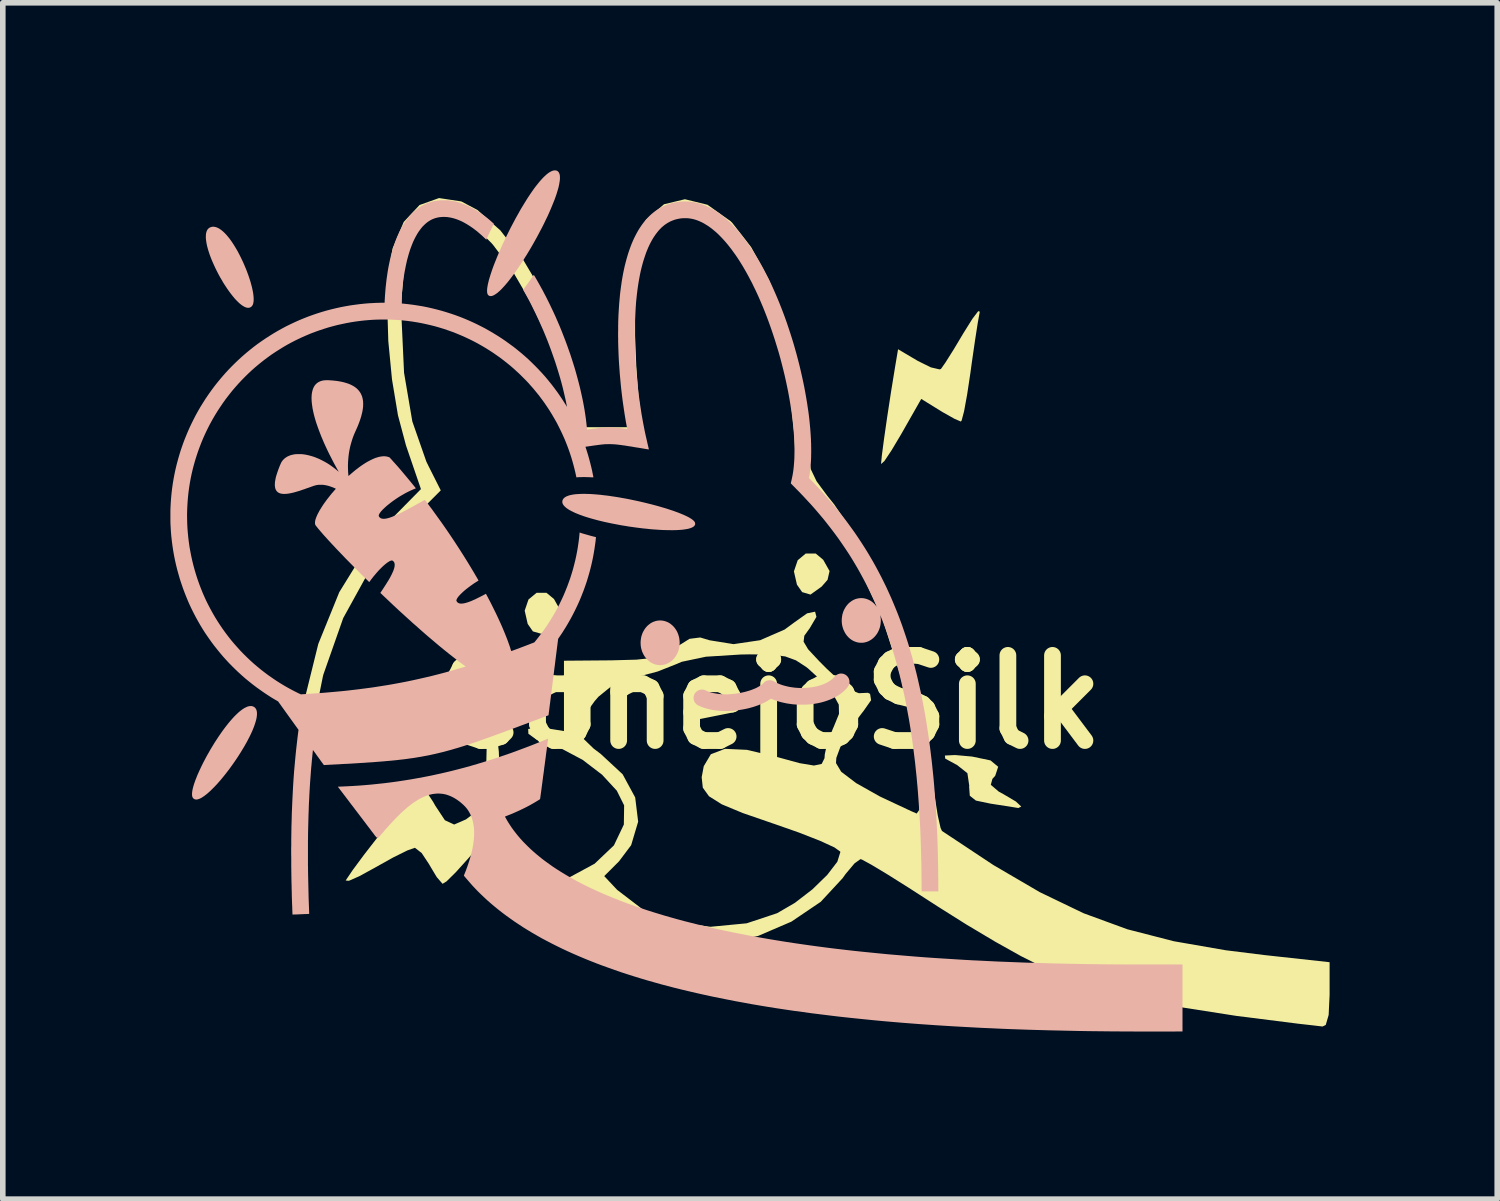
<source format=kicad_pcb>
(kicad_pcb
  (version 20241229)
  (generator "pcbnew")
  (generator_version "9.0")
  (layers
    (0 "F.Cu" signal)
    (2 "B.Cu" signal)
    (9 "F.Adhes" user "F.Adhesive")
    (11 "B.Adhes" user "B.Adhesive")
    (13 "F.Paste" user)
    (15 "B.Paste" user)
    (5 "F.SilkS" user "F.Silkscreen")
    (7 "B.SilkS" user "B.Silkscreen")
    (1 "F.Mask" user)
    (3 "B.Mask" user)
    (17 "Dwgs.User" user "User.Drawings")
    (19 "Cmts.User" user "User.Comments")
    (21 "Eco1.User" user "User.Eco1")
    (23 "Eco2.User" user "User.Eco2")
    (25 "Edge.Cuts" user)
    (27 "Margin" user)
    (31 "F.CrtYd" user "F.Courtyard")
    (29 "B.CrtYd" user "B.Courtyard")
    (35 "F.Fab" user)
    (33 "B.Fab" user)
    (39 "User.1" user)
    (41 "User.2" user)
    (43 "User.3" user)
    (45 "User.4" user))
  (footprint "ConejoSilk"
    (layer "F.Cu")
    (at 10.708 9.515)
    (property "Reference" "ConejoSilk" (at 0 0 0) (layer "F.SilkS") (effects (font (size 1.524 1.524) (thickness 0.3))))
    (attr board_only exclude_from_pos_files exclude_from_bom)
    (fp_poly (pts (xy -3.977 -1.955) (xy -3.843 -1.844) (xy -3.729 -1.641) (xy -3.765 -1.484) (xy -3.872 -1.363) (xy -4.07 -1.221) (xy -4.22 -1.264) (xy -4.313 -1.398) (xy -4.367 -1.635) (xy -4.299 -1.835) (xy -4.154 -1.955)) (stroke (width 0) (type solid)) (fill yes) (layer "F.SilkS"))
    (fp_poly (pts (xy 0.842 -2.658) (xy 0.976 -2.546) (xy 1.09 -2.344) (xy 1.054 -2.187) (xy 0.947 -2.065) (xy 0.749 -1.923) (xy 0.599 -1.967) (xy 0.506 -2.101) (xy 0.452 -2.338) (xy 0.52 -2.538) (xy 0.664 -2.658)) (stroke (width 0) (type solid)) (fill yes) (layer "F.SilkS"))
    (fp_poly (pts (xy 3.639 0.976) (xy 3.97 1.045) (xy 4.108 1.159) (xy 4.055 1.32) (xy 4.004 1.377) (xy 3.976 1.482) (xy 4.116 1.602) (xy 4.205 1.651) (xy 4.425 1.781) (xy 4.521 1.871) (xy 4.47 1.897) (xy 4.442 1.893) (xy 4.303 1.87) (xy 4.048 1.831) (xy 3.966 1.818) (xy 3.709 1.764) (xy 3.6 1.678) (xy 3.588 1.517) (xy 3.59 1.497) (xy 3.557 1.274) (xy 3.37 1.126) (xy 3.351 1.117) (xy 3.16 1.013) (xy 3.154 0.958) (xy 3.336 0.949)) (stroke (width 0) (type solid)) (fill yes) (layer "F.SilkS"))
    (fp_poly (pts (xy 3.779 -6.987) (xy 3.777 -6.977) (xy 3.743 -6.789) (xy 3.692 -6.462) (xy 3.633 -6.054) (xy 3.612 -5.898) (xy 3.553 -5.508) (xy 3.498 -5.206) (xy 3.454 -5.039) (xy 3.44 -5.02) (xy 3.328 -5.068) (xy 3.118 -5.186) (xy 3.059 -5.222) (xy 2.731 -5.425) (xy 2.373 -4.796) (xy 2.2 -4.506) (xy 2.073 -4.315) (xy 2.014 -4.261) (xy 2.012 -4.267) (xy 2.026 -4.414) (xy 2.065 -4.71) (xy 2.122 -5.106) (xy 2.19 -5.55) (xy 2.262 -5.993) (xy 2.316 -6.314) (xy 2.668 -6.106) (xy 2.902 -5.99) (xy 3.06 -5.953) (xy 3.084 -5.962) (xy 3.164 -6.076) (xy 3.312 -6.311) (xy 3.486 -6.602) (xy 3.646 -6.858) (xy 3.751 -6.996)) (stroke (width 0) (type solid)) (fill yes) (layer "F.SilkS"))
    (fp_poly (pts (xy -4.928 0.388) (xy -4.919 0.402) (xy -4.866 0.581) (xy -4.83 0.884) (xy -4.821 1.133) (xy -4.815 1.456) (xy -4.789 1.616) (xy -4.727 1.652) (xy -4.618 1.606) (xy -4.463 1.543) (xy -4.417 1.554) (xy -4.477 1.671) (xy -4.634 1.892) (xy -4.856 2.178) (xy -5.113 2.491) (xy -5.371 2.793) (xy -5.599 3.046) (xy -5.766 3.211) (xy -5.837 3.254) (xy -5.941 3.134) (xy -6.071 2.917) (xy -6.077 2.905) (xy -6.211 2.703) (xy -6.329 2.611) (xy -6.336 2.61) (xy -6.47 2.658) (xy -6.722 2.783) (xy -7.037 2.959) (xy -7.042 2.962) (xy -7.325 3.117) (xy -7.513 3.2) (xy -7.571 3.195) (xy -7.567 3.188) (xy -7.443 3.005) (xy -7.244 2.736) (xy -7.001 2.423) (xy -6.747 2.103) (xy -6.512 1.818) (xy -6.33 1.606) (xy -6.231 1.508) (xy -6.224 1.506) (xy -6.138 1.586) (xy -6.007 1.785) (xy -5.966 1.857) (xy -5.795 2.116) (xy -5.629 2.193) (xy -5.418 2.101) (xy -5.307 2.017) (xy -5.177 1.884) (xy -5.102 1.71) (xy -5.067 1.438) (xy -5.055 1.138) (xy -5.045 0.709) (xy -5.033 0.45) (xy -5.013 0.331) (xy -4.98 0.32)) (stroke (width 0) (type solid)) (fill yes) (layer "F.SilkS"))
    (fp_poly (pts (xy -5.502 -8.96) (xy -5.213 -8.807) (xy -4.803 -8.442) (xy -4.398 -7.922) (xy -4.023 -7.29) (xy -3.704 -6.593) (xy -3.464 -5.874) (xy -3.377 -5.497) (xy -3.267 -4.919) (xy -2.488 -4.919) (xy -2.557 -5.291) (xy -2.614 -5.758) (xy -2.634 -6.319) (xy -2.622 -6.91) (xy -2.579 -7.471) (xy -2.507 -7.938) (xy -2.441 -8.177) (xy -2.194 -8.633) (xy -1.873 -8.909) (xy -1.499 -8.999) (xy -1.095 -8.9) (xy -0.683 -8.607) (xy -0.653 -8.578) (xy -0.313 -8.141) (xy 0.005 -7.555) (xy 0.284 -6.871) (xy 0.506 -6.14) (xy 0.651 -5.413) (xy 0.703 -4.751) (xy 0.711 -4.411) (xy 0.753 -4.169) (xy 0.857 -3.952) (xy 1.052 -3.687) (xy 1.172 -3.538) (xy 1.745 -2.692) (xy 2.219 -1.687) (xy 2.589 -0.541) (xy 2.847 0.726) (xy 2.917 1.261) (xy 2.971 1.687) (xy 3.027 2.033) (xy 3.077 2.254) (xy 3.102 2.308) (xy 4.024 2.919) (xy 4.854 3.404) (xy 5.637 3.781) (xy 6.421 4.068) (xy 7.253 4.282) (xy 8.18 4.443) (xy 8.872 4.529) (xy 10.04 4.657) (xy 10.04 5.24) (xy 10.023 5.601) (xy 9.971 5.78) (xy 9.914 5.808) (xy 9.728 5.786) (xy 9.487 5.759) (xy 8.371 5.618) (xy 7.424 5.47) (xy 6.615 5.305) (xy 5.912 5.118) (xy 5.284 4.901) (xy 4.868 4.725) (xy 4.516 4.548) (xy 4.055 4.29) (xy 3.54 3.983) (xy 3.027 3.66) (xy 2.948 3.609) (xy 2.509 3.326) (xy 2.129 3.087) (xy 1.838 2.912) (xy 1.669 2.82) (xy 1.643 2.812) (xy 1.537 2.888) (xy 1.378 3.077) (xy 1.323 3.154) (xy 0.932 3.576) (xy 0.407 3.931) (xy -0.189 4.187) (xy -0.791 4.311) (xy -0.95 4.317) (xy -1.234 4.286) (xy -1.647 4.205) (xy -2.126 4.09) (xy -2.611 3.956) (xy -3.039 3.819) (xy -3.351 3.697) (xy -3.386 3.679) (xy -3.775 3.56) (xy -4.114 3.575) (xy -4.387 3.587) (xy -4.518 3.536) (xy -4.49 3.452) (xy -4.284 3.367) (xy -4.242 3.357) (xy -3.612 3.163) (xy -3.115 2.894) (xy -2.77 2.566) (xy -2.592 2.193) (xy -2.587 1.85) (xy -2.718 1.587) (xy -2.983 1.3) (xy -3.33 1.035) (xy -3.703 0.837) (xy -3.866 0.782) (xy -4.151 0.677) (xy -4.301 0.568) (xy -4.304 0.483) (xy -4.149 0.451) (xy -3.991 0.467) (xy -3.664 0.52) (xy -3.664 0.5) (xy -3.41 0.5) (xy -3.33 0.643) (xy -3.133 0.833) (xy -3.006 0.929) (xy -2.614 1.293) (xy -2.389 1.708) (xy -2.336 2.142) (xy -2.461 2.562) (xy -2.679 2.852) (xy -2.943 3.116) (xy -2.712 3.362) (xy -2.249 3.716) (xy -1.676 3.939) (xy -1.042 4.023) (xy -0.394 3.961) (xy 0.151 3.78) (xy 0.469 3.595) (xy 0.782 3.354) (xy 1.048 3.095) (xy 1.229 2.859) (xy 1.283 2.686) (xy 1.28 2.676) (xy 1.176 2.602) (xy 0.919 2.484) (xy 0.546 2.338) (xy 0.096 2.18) (xy 0.074 2.173) (xy -0.467 1.986) (xy -0.839 1.831) (xy -1.068 1.687) (xy -1.179 1.533) (xy -1.199 1.346) (xy -1.162 1.149) (xy -1.035 0.935) (xy -0.782 0.838) (xy -0.39 0.856) (xy 0.139 0.981) (xy 0.552 1.094) (xy 0.811 1.137) (xy 0.949 1.108) (xy 1 1.005) (xy 1.004 0.938) (xy 1.045 0.747) (xy 1.146 0.485) (xy 1.162 0.45) (xy 1.259 0.212) (xy 1.255 0.047) (xy 1.155 -0.136) (xy 0.959 -0.369) (xy 0.701 -0.604) (xy 0.67 -0.628) (xy 0.488 -0.746) (xy 0.296 -0.816) (xy 0.037 -0.848) (xy -0.348 -0.853) (xy -0.502 -0.85) (xy -1.122 -0.811) (xy -1.555 -0.72) (xy -1.671 -0.671) (xy -1.987 -0.546) (xy -2.35 -0.45) (xy -2.403 -0.441) (xy -2.757 -0.33) (xy -3.047 -0.094) (xy -3.116 -0.014) (xy -3.294 0.234) (xy -3.398 0.441) (xy -3.41 0.5) (xy -3.664 0.5) (xy -3.664 -0.739) (xy -2.811 -0.746) (xy -2.367 -0.758) (xy -2.066 -0.791) (xy -1.852 -0.859) (xy -1.666 -0.972) (xy -1.651 -0.984) (xy -1.417 -1.131) (xy -1.225 -1.155) (xy -1.057 -1.105) (xy -0.628 -1.036) (xy -0.153 -1.106) (xy 0.287 -1.298) (xy 0.455 -1.422) (xy 0.688 -1.587) (xy 0.831 -1.617) (xy 0.855 -1.524) (xy 0.734 -1.319) (xy 0.725 -1.307) (xy 0.638 -1.186) (xy 0.625 -1.08) (xy 0.706 -0.944) (xy 0.901 -0.735) (xy 1.039 -0.596) (xy 1.295 -0.359) (xy 1.502 -0.202) (xy 1.616 -0.157) (xy 1.619 -0.158) (xy 1.775 -0.165) (xy 1.815 -0.146) (xy 1.833 -0.032) (xy 1.69 0.172) (xy 1.677 0.187) (xy 1.354 0.613) (xy 1.211 1) (xy 1.205 1.093) (xy 1.298 1.248) (xy 1.565 1.451) (xy 1.989 1.69) (xy 2.552 1.954) (xy 2.65 1.996) (xy 2.695 1.931) (xy 2.703 1.707) (xy 2.678 1.358) (xy 2.625 0.923) (xy 2.549 0.437) (xy 2.453 -0.062) (xy 2.356 -0.483) (xy 2.031 -1.511) (xy 1.606 -2.431) (xy 1.097 -3.207) (xy 0.947 -3.389) (xy 0.732 -3.641) (xy 0.598 -3.838) (xy 0.522 -4.042) (xy 0.484 -4.314) (xy 0.462 -4.717) (xy 0.459 -4.788) (xy 0.38 -5.526) (xy 0.215 -6.276) (xy -0.021 -6.996) (xy -0.309 -7.641) (xy -0.634 -8.167) (xy -0.934 -8.494) (xy -1.284 -8.693) (xy -1.615 -8.704) (xy -1.91 -8.541) (xy -2.15 -8.216) (xy -2.316 -7.744) (xy -2.366 -7.457) (xy -2.391 -7.068) (xy -2.391 -6.558) (xy -2.369 -6.001) (xy -2.33 -5.47) (xy -2.275 -5.039) (xy -2.252 -4.919) (xy -2.23 -4.785) (xy -2.269 -4.71) (xy -2.411 -4.677) (xy -2.696 -4.669) (xy -2.854 -4.668) (xy -3.209 -4.674) (xy -3.408 -4.701) (xy -3.495 -4.763) (xy -3.514 -4.873) (xy -3.573 -5.349) (xy -3.734 -5.928) (xy -3.974 -6.555) (xy -4.27 -7.175) (xy -4.597 -7.736) (xy -4.933 -8.182) (xy -4.967 -8.22) (xy -5.292 -8.542) (xy -5.545 -8.719) (xy -5.766 -8.773) (xy -5.997 -8.725) (xy -6.238 -8.568) (xy -6.408 -8.289) (xy -6.516 -7.867) (xy -6.567 -7.281) (xy -6.574 -6.927) (xy -6.526 -5.893) (xy -6.378 -5.022) (xy -6.127 -4.303) (xy -6.087 -4.221) (xy -5.869 -3.788) (xy -6.499 -3.157) (xy -7.12 -2.4) (xy -7.615 -1.502) (xy -7.97 -0.492) (xy -7.98 -0.452) (xy -8.065 -0.032) (xy -8.146 0.524) (xy -8.218 1.157) (xy -8.274 1.809) (xy -8.31 2.419) (xy -8.32 2.931) (xy -8.309 3.188) (xy -8.297 3.514) (xy -8.332 3.678) (xy -8.4 3.715) (xy -8.462 3.668) (xy -8.503 3.508) (xy -8.525 3.209) (xy -8.533 2.742) (xy -8.534 2.633) (xy -8.482 1.249) (xy -8.325 0.028) (xy -8.061 -1.04) (xy -7.685 -1.967) (xy -7.194 -2.762) (xy -6.759 -3.268) (xy -6.224 -3.811) (xy -6.491 -4.591) (xy -6.635 -5.132) (xy -6.742 -5.775) (xy -6.808 -6.46) (xy -6.828 -7.126) (xy -6.8 -7.714) (xy -6.731 -8.118) (xy -6.532 -8.592) (xy -6.249 -8.895) (xy -5.9 -9.02)) (stroke (width 0) (type solid)) (fill yes) (layer "F.SilkS"))
    (fp_poly (pts (xy -1.973 -1.458) (xy -1.997 -1.455) (xy -2.021 -1.45) (xy -2.044 -1.442) (xy -2.067 -1.434) (xy -2.089 -1.423) (xy -2.111 -1.411) (xy -2.131 -1.396) (xy -2.152 -1.38) (xy -2.171 -1.363) (xy -2.174 -1.36) (xy -2.192 -1.34) (xy -2.209 -1.319) (xy -2.224 -1.297) (xy -2.238 -1.273) (xy -2.251 -1.249) (xy -2.262 -1.224) (xy -2.271 -1.197) (xy -2.279 -1.171) (xy -2.28 -1.167) (xy -2.285 -1.139) (xy -2.289 -1.11) (xy -2.292 -1.081) (xy -2.292 -1.052) (xy -2.291 -1.023) (xy -2.288 -0.995) (xy -2.283 -0.966) (xy -2.276 -0.939) (xy -2.271 -0.923) (xy -2.265 -0.904) (xy -2.257 -0.885) (xy -2.248 -0.867) (xy -2.239 -0.848) (xy -2.229 -0.831) (xy -2.219 -0.815) (xy -2.217 -0.812) (xy -2.201 -0.791) (xy -2.184 -0.77) (xy -2.165 -0.752) (xy -2.145 -0.734) (xy -2.125 -0.719) (xy -2.104 -0.705) (xy -2.082 -0.693) (xy -2.059 -0.683) (xy -2.035 -0.674) (xy -2.011 -0.668) (xy -2.002 -0.666) (xy -1.99 -0.664) (xy -1.977 -0.662) (xy -1.963 -0.661) (xy -1.949 -0.66) (xy -1.935 -0.66) (xy -1.923 -0.661) (xy -1.921 -0.661) (xy -1.896 -0.664) (xy -1.871 -0.669) (xy -1.847 -0.675) (xy -1.824 -0.684) (xy -1.801 -0.694) (xy -1.779 -0.707) (xy -1.758 -0.72) (xy -1.738 -0.736) (xy -1.718 -0.753) (xy -1.7 -0.772) (xy -1.683 -0.793) (xy -1.676 -0.802) (xy -1.66 -0.825) (xy -1.646 -0.849) (xy -1.633 -0.874) (xy -1.622 -0.899) (xy -1.613 -0.926) (xy -1.606 -0.952) (xy -1.6 -0.979) (xy -1.596 -1.007) (xy -1.594 -1.034) (xy -1.593 -1.062) (xy -1.594 -1.09) (xy -1.597 -1.117) (xy -1.601 -1.145) (xy -1.607 -1.172) (xy -1.615 -1.198) (xy -1.624 -1.224) (xy -1.635 -1.25) (xy -1.648 -1.275) (xy -1.662 -1.298) (xy -1.678 -1.321) (xy -1.685 -1.33) (xy -1.702 -1.35) (xy -1.72 -1.368) (xy -1.74 -1.385) (xy -1.76 -1.401) (xy -1.781 -1.415) (xy -1.803 -1.427) (xy -1.826 -1.437) (xy -1.85 -1.445) (xy -1.873 -1.452) (xy -1.876 -1.452) (xy -1.9 -1.457) (xy -1.925 -1.459) (xy -1.949 -1.46)) (stroke (width 0) (type solid)) (fill yes) (layer "B.SilkS"))
    (fp_poly (pts (xy -9.959 -8.506) (xy -9.975 -8.503) (xy -9.975 -8.502) (xy -9.99 -8.498) (xy -10.004 -8.492) (xy -10.016 -8.484) (xy -10.027 -8.475) (xy -10.037 -8.465) (xy -10.046 -8.453) (xy -10.053 -8.439) (xy -10.06 -8.424) (xy -10.065 -8.407) (xy -10.069 -8.389) (xy -10.071 -8.378) (xy -10.072 -8.372) (xy -10.072 -8.363) (xy -10.073 -8.354) (xy -10.073 -8.343) (xy -10.074 -8.332) (xy -10.074 -8.321) (xy -10.074 -8.311) (xy -10.073 -8.301) (xy -10.073 -8.295) (xy -10.07 -8.268) (xy -10.066 -8.239) (xy -10.061 -8.209) (xy -10.055 -8.178) (xy -10.047 -8.145) (xy -10.038 -8.112) (xy -10.028 -8.077) (xy -10.016 -8.041) (xy -10.004 -8.004) (xy -9.99 -7.967) (xy -9.975 -7.928) (xy -9.959 -7.889) (xy -9.941 -7.849) (xy -9.923 -7.809) (xy -9.904 -7.768) (xy -9.884 -7.727) (xy -9.861 -7.682) (xy -9.838 -7.638) (xy -9.814 -7.595) (xy -9.789 -7.553) (xy -9.765 -7.511) (xy -9.74 -7.471) (xy -9.714 -7.432) (xy -9.689 -7.394) (xy -9.663 -7.357) (xy -9.637 -7.322) (xy -9.611 -7.288) (xy -9.586 -7.257) (xy -9.561 -7.227) (xy -9.551 -7.215) (xy -9.545 -7.209) (xy -9.539 -7.202) (xy -9.532 -7.195) (xy -9.524 -7.187) (xy -9.516 -7.179) (xy -9.508 -7.17) (xy -9.5 -7.163) (xy -9.493 -7.156) (xy -9.486 -7.149) (xy -9.481 -7.144) (xy -9.48 -7.143) (xy -9.46 -7.126) (xy -9.441 -7.111) (xy -9.422 -7.097) (xy -9.404 -7.086) (xy -9.387 -7.076) (xy -9.37 -7.068) (xy -9.354 -7.062) (xy -9.339 -7.058) (xy -9.338 -7.058) (xy -9.331 -7.057) (xy -9.324 -7.056) (xy -9.316 -7.056) (xy -9.308 -7.056) (xy -9.301 -7.057) (xy -9.296 -7.057) (xy -9.284 -7.061) (xy -9.272 -7.067) (xy -9.262 -7.074) (xy -9.252 -7.083) (xy -9.244 -7.093) (xy -9.237 -7.104) (xy -9.237 -7.104) (xy -9.231 -7.117) (xy -9.226 -7.132) (xy -9.223 -7.148) (xy -9.22 -7.167) (xy -9.218 -7.186) (xy -9.218 -7.208) (xy -9.218 -7.231) (xy -9.22 -7.255) (xy -9.222 -7.278) (xy -9.226 -7.309) (xy -9.231 -7.341) (xy -9.238 -7.375) (xy -9.245 -7.409) (xy -9.254 -7.445) (xy -9.264 -7.482) (xy -9.274 -7.519) (xy -9.286 -7.558) (xy -9.299 -7.597) (xy -9.312 -7.636) (xy -9.327 -7.676) (xy -9.342 -7.717) (xy -9.358 -7.757) (xy -9.375 -7.797) (xy -9.392 -7.838) (xy -9.41 -7.878) (xy -9.429 -7.918) (xy -9.448 -7.958) (xy -9.468 -7.997) (xy -9.488 -8.036) (xy -9.508 -8.074) (xy -9.513 -8.082) (xy -9.534 -8.118) (xy -9.555 -8.153) (xy -9.576 -8.187) (xy -9.597 -8.219) (xy -9.618 -8.25) (xy -9.639 -8.279) (xy -9.66 -8.307) (xy -9.681 -8.332) (xy -9.702 -8.357) (xy -9.722 -8.379) (xy -9.743 -8.4) (xy -9.763 -8.419) (xy -9.783 -8.436) (xy -9.802 -8.451) (xy -9.815 -8.46) (xy -9.834 -8.473) (xy -9.853 -8.483) (xy -9.872 -8.492) (xy -9.89 -8.498) (xy -9.908 -8.503) (xy -9.925 -8.506) (xy -9.942 -8.507)) (stroke (width 0) (type solid)) (fill yes) (layer "B.SilkS"))
    (fp_poly (pts (xy -9.279 0.072) (xy -9.287 0.073) (xy -9.293 0.074) (xy -9.31 0.077) (xy -9.328 0.082) (xy -9.346 0.09) (xy -9.365 0.099) (xy -9.385 0.109) (xy -9.405 0.122) (xy -9.426 0.136) (xy -9.448 0.153) (xy -9.47 0.17) (xy -9.493 0.19) (xy -9.516 0.212) (xy -9.54 0.235) (xy -9.564 0.259) (xy -9.589 0.286) (xy -9.614 0.314) (xy -9.64 0.344) (xy -9.666 0.375) (xy -9.693 0.409) (xy -9.697 0.414) (xy -9.722 0.446) (xy -9.747 0.479) (xy -9.772 0.513) (xy -9.797 0.548) (xy -9.821 0.583) (xy -9.846 0.619) (xy -9.87 0.656) (xy -9.895 0.694) (xy -9.919 0.731) (xy -9.942 0.769) (xy -9.966 0.808) (xy -9.989 0.846) (xy -10.011 0.885) (xy -10.033 0.924) (xy -10.055 0.962) (xy -10.076 1.001) (xy -10.096 1.039) (xy -10.116 1.077) (xy -10.135 1.115) (xy -10.154 1.153) (xy -10.171 1.19) (xy -10.188 1.226) (xy -10.204 1.262) (xy -10.22 1.297) (xy -10.234 1.331) (xy -10.247 1.365) (xy -10.26 1.397) (xy -10.271 1.429) (xy -10.282 1.459) (xy -10.291 1.488) (xy -10.299 1.516) (xy -10.306 1.543) (xy -10.312 1.568) (xy -10.315 1.587) (xy -10.318 1.606) (xy -10.32 1.623) (xy -10.321 1.64) (xy -10.321 1.656) (xy -10.32 1.67) (xy -10.319 1.682) (xy -10.316 1.693) (xy -10.316 1.694) (xy -10.311 1.706) (xy -10.305 1.716) (xy -10.297 1.725) (xy -10.289 1.732) (xy -10.279 1.738) (xy -10.268 1.742) (xy -10.265 1.743) (xy -10.259 1.744) (xy -10.251 1.745) (xy -10.243 1.745) (xy -10.234 1.745) (xy -10.227 1.744) (xy -10.227 1.744) (xy -10.212 1.74) (xy -10.196 1.735) (xy -10.179 1.728) (xy -10.161 1.719) (xy -10.143 1.709) (xy -10.124 1.696) (xy -10.104 1.683) (xy -10.083 1.667) (xy -10.061 1.65) (xy -10.039 1.632) (xy -10.016 1.611) (xy -9.992 1.59) (xy -9.968 1.566) (xy -9.943 1.541) (xy -9.917 1.515) (xy -9.891 1.487) (xy -9.864 1.458) (xy -9.843 1.434) (xy -9.806 1.392) (xy -9.769 1.347) (xy -9.732 1.301) (xy -9.695 1.254) (xy -9.658 1.206) (xy -9.622 1.156) (xy -9.586 1.106) (xy -9.551 1.055) (xy -9.516 1.004) (xy -9.483 0.953) (xy -9.45 0.901) (xy -9.419 0.85) (xy -9.388 0.799) (xy -9.36 0.749) (xy -9.356 0.743) (xy -9.334 0.703) (xy -9.314 0.664) (xy -9.294 0.626) (xy -9.276 0.589) (xy -9.259 0.553) (xy -9.243 0.518) (xy -9.229 0.484) (xy -9.216 0.451) (xy -9.204 0.419) (xy -9.194 0.389) (xy -9.185 0.36) (xy -9.177 0.332) (xy -9.17 0.305) (xy -9.165 0.28) (xy -9.162 0.256) (xy -9.16 0.238) (xy -9.159 0.23) (xy -9.159 0.221) (xy -9.159 0.211) (xy -9.159 0.201) (xy -9.159 0.191) (xy -9.16 0.182) (xy -9.161 0.174) (xy -9.162 0.169) (xy -9.165 0.152) (xy -9.17 0.138) (xy -9.177 0.125) (xy -9.184 0.113) (xy -9.193 0.102) (xy -9.194 0.102) (xy -9.204 0.093) (xy -9.216 0.086) (xy -9.228 0.08) (xy -9.242 0.075) (xy -9.252 0.073) (xy -9.258 0.073) (xy -9.264 0.072) (xy -9.272 0.072)) (stroke (width 0) (type solid)) (fill yes) (layer "B.SilkS"))
    (fp_poly (pts (xy -3.836 -9.515) (xy -3.845 -9.514) (xy -3.851 -9.513) (xy -3.866 -9.509) (xy -3.881 -9.503) (xy -3.897 -9.496) (xy -3.913 -9.487) (xy -3.93 -9.477) (xy -3.947 -9.465) (xy -3.964 -9.452) (xy -3.983 -9.436) (xy -4.001 -9.419) (xy -4.021 -9.401) (xy -4.028 -9.394) (xy -4.05 -9.371) (xy -4.072 -9.347) (xy -4.095 -9.321) (xy -4.118 -9.293) (xy -4.142 -9.263) (xy -4.167 -9.232) (xy -4.192 -9.199) (xy -4.217 -9.164) (xy -4.242 -9.128) (xy -4.268 -9.09) (xy -4.294 -9.051) (xy -4.321 -9.01) (xy -4.347 -8.968) (xy -4.374 -8.924) (xy -4.401 -8.88) (xy -4.429 -8.834) (xy -4.456 -8.787) (xy -4.483 -8.738) (xy -4.511 -8.689) (xy -4.539 -8.638) (xy -4.566 -8.587) (xy -4.594 -8.534) (xy -4.622 -8.481) (xy -4.649 -8.426) (xy -4.654 -8.416) (xy -4.678 -8.368) (xy -4.701 -8.321) (xy -4.723 -8.274) (xy -4.745 -8.228) (xy -4.767 -8.182) (xy -4.787 -8.136) (xy -4.807 -8.091) (xy -4.827 -8.046) (xy -4.845 -8.003) (xy -4.863 -7.96) (xy -4.88 -7.917) (xy -4.897 -7.876) (xy -4.913 -7.835) (xy -4.928 -7.796) (xy -4.942 -7.757) (xy -4.955 -7.72) (xy -4.967 -7.683) (xy -4.979 -7.648) (xy -4.989 -7.614) (xy -4.999 -7.582) (xy -5.008 -7.551) (xy -5.015 -7.521) (xy -5.022 -7.492) (xy -5.028 -7.466) (xy -5.032 -7.441) (xy -5.034 -7.429) (xy -5.037 -7.409) (xy -5.039 -7.39) (xy -5.04 -7.373) (xy -5.04 -7.357) (xy -5.04 -7.342) (xy -5.038 -7.328) (xy -5.036 -7.317) (xy -5.035 -7.31) (xy -5.03 -7.299) (xy -5.025 -7.29) (xy -5.018 -7.282) (xy -5.01 -7.275) (xy -5 -7.27) (xy -4.99 -7.267) (xy -4.98 -7.266) (xy -4.976 -7.265) (xy -4.972 -7.265) (xy -4.97 -7.266) (xy -4.958 -7.267) (xy -4.946 -7.27) (xy -4.934 -7.275) (xy -4.921 -7.28) (xy -4.906 -7.289) (xy -4.889 -7.299) (xy -4.872 -7.311) (xy -4.854 -7.324) (xy -4.836 -7.34) (xy -4.816 -7.357) (xy -4.796 -7.376) (xy -4.775 -7.397) (xy -4.754 -7.42) (xy -4.732 -7.444) (xy -4.709 -7.47) (xy -4.686 -7.498) (xy -4.684 -7.499) (xy -4.656 -7.534) (xy -4.628 -7.57) (xy -4.599 -7.608) (xy -4.569 -7.648) (xy -4.539 -7.689) (xy -4.51 -7.731) (xy -4.479 -7.775) (xy -4.449 -7.82) (xy -4.419 -7.867) (xy -4.388 -7.914) (xy -4.358 -7.962) (xy -4.327 -8.011) (xy -4.297 -8.061) (xy -4.267 -8.111) (xy -4.237 -8.162) (xy -4.208 -8.213) (xy -4.179 -8.265) (xy -4.15 -8.317) (xy -4.122 -8.369) (xy -4.095 -8.421) (xy -4.067 -8.473) (xy -4.041 -8.524) (xy -4.015 -8.576) (xy -3.991 -8.627) (xy -3.966 -8.677) (xy -3.943 -8.727) (xy -3.921 -8.777) (xy -3.9 -8.825) (xy -3.88 -8.873) (xy -3.861 -8.92) (xy -3.843 -8.965) (xy -3.832 -8.992) (xy -3.818 -9.031) (xy -3.805 -9.068) (xy -3.793 -9.104) (xy -3.783 -9.138) (xy -3.773 -9.17) (xy -3.764 -9.202) (xy -3.757 -9.231) (xy -3.751 -9.26) (xy -3.746 -9.287) (xy -3.742 -9.313) (xy -3.738 -9.338) (xy -3.737 -9.357) (xy -3.736 -9.367) (xy -3.736 -9.377) (xy -3.736 -9.387) (xy -3.736 -9.398) (xy -3.737 -9.408) (xy -3.737 -9.417) (xy -3.738 -9.424) (xy -3.741 -9.44) (xy -3.745 -9.455) (xy -3.751 -9.468) (xy -3.757 -9.479) (xy -3.764 -9.489) (xy -3.773 -9.498) (xy -3.782 -9.504) (xy -3.793 -9.51) (xy -3.803 -9.513) (xy -3.81 -9.514) (xy -3.818 -9.515) (xy -3.827 -9.515)) (stroke (width 0) (type solid)) (fill yes) (layer "B.SilkS"))
    (fp_poly (pts (xy -3.347 -3.725) (xy -3.381 -3.724) (xy -3.414 -3.722) (xy -3.445 -3.72) (xy -3.474 -3.717) (xy -3.502 -3.713) (xy -3.528 -3.708) (xy -3.552 -3.703) (xy -3.574 -3.697) (xy -3.594 -3.69) (xy -3.601 -3.687) (xy -3.619 -3.68) (xy -3.634 -3.672) (xy -3.648 -3.663) (xy -3.66 -3.653) (xy -3.67 -3.643) (xy -3.678 -3.633) (xy -3.685 -3.621) (xy -3.69 -3.609) (xy -3.691 -3.605) (xy -3.692 -3.598) (xy -3.693 -3.59) (xy -3.693 -3.581) (xy -3.693 -3.573) (xy -3.692 -3.565) (xy -3.691 -3.562) (xy -3.689 -3.556) (xy -3.686 -3.549) (xy -3.682 -3.541) (xy -3.678 -3.533) (xy -3.673 -3.526) (xy -3.67 -3.521) (xy -3.666 -3.516) (xy -3.66 -3.51) (xy -3.654 -3.503) (xy -3.647 -3.496) (xy -3.64 -3.49) (xy -3.633 -3.484) (xy -3.627 -3.478) (xy -3.626 -3.477) (xy -3.607 -3.463) (xy -3.586 -3.449) (xy -3.563 -3.435) (xy -3.538 -3.421) (xy -3.511 -3.408) (xy -3.483 -3.394) (xy -3.452 -3.38) (xy -3.419 -3.367) (xy -3.385 -3.353) (xy -3.348 -3.34) (xy -3.31 -3.326) (xy -3.27 -3.313) (xy -3.228 -3.3) (xy -3.184 -3.287) (xy -3.166 -3.282) (xy -3.112 -3.267) (xy -3.057 -3.252) (xy -2.999 -3.238) (xy -2.941 -3.224) (xy -2.881 -3.211) (xy -2.819 -3.198) (xy -2.757 -3.186) (xy -2.694 -3.174) (xy -2.631 -3.162) (xy -2.567 -3.152) (xy -2.503 -3.141) (xy -2.438 -3.132) (xy -2.374 -3.123) (xy -2.31 -3.115) (xy -2.246 -3.107) (xy -2.183 -3.101) (xy -2.121 -3.094) (xy -2.059 -3.089) (xy -1.999 -3.085) (xy -1.94 -3.081) (xy -1.882 -3.078) (xy -1.843 -3.077) (xy -1.834 -3.077) (xy -1.823 -3.076) (xy -1.811 -3.076) (xy -1.799 -3.076) (xy -1.786 -3.076) (xy -1.772 -3.076) (xy -1.759 -3.076) (xy -1.746 -3.075) (xy -1.734 -3.075) (xy -1.723 -3.075) (xy -1.714 -3.075) (xy -1.706 -3.075) (xy -1.703 -3.076) (xy -1.666 -3.076) (xy -1.631 -3.078) (xy -1.598 -3.08) (xy -1.566 -3.082) (xy -1.536 -3.085) (xy -1.508 -3.089) (xy -1.482 -3.093) (xy -1.458 -3.097) (xy -1.435 -3.102) (xy -1.414 -3.108) (xy -1.396 -3.114) (xy -1.38 -3.12) (xy -1.365 -3.127) (xy -1.352 -3.134) (xy -1.342 -3.142) (xy -1.333 -3.15) (xy -1.326 -3.159) (xy -1.32 -3.168) (xy -1.317 -3.176) (xy -1.316 -3.183) (xy -1.316 -3.19) (xy -1.316 -3.198) (xy -1.318 -3.205) (xy -1.319 -3.211) (xy -1.323 -3.22) (xy -1.329 -3.229) (xy -1.337 -3.239) (xy -1.347 -3.249) (xy -1.358 -3.258) (xy -1.371 -3.269) (xy -1.386 -3.279) (xy -1.403 -3.29) (xy -1.405 -3.291) (xy -1.425 -3.303) (xy -1.448 -3.315) (xy -1.472 -3.327) (xy -1.498 -3.339) (xy -1.526 -3.352) (xy -1.556 -3.364) (xy -1.587 -3.377) (xy -1.619 -3.39) (xy -1.653 -3.402) (xy -1.688 -3.415) (xy -1.725 -3.428) (xy -1.763 -3.44) (xy -1.802 -3.453) (xy -1.842 -3.466) (xy -1.883 -3.478) (xy -1.925 -3.49) (xy -1.968 -3.503) (xy -2.012 -3.515) (xy -2.056 -3.527) (xy -2.102 -3.539) (xy -2.147 -3.55) (xy -2.194 -3.562) (xy -2.24 -3.573) (xy -2.287 -3.584) (xy -2.335 -3.595) (xy -2.383 -3.605) (xy -2.43 -3.615) (xy -2.478 -3.625) (xy -2.527 -3.635) (xy -2.575 -3.644) (xy -2.622 -3.652) (xy -2.67 -3.661) (xy -2.718 -3.669) (xy -2.765 -3.676) (xy -2.812 -3.683) (xy -2.858 -3.69) (xy -2.904 -3.696) (xy -2.916 -3.697) (xy -2.966 -3.703) (xy -3.015 -3.709) (xy -3.061 -3.713) (xy -3.107 -3.717) (xy -3.151 -3.72) (xy -3.193 -3.723) (xy -3.234 -3.724) (xy -3.273 -3.725) (xy -3.311 -3.726)) (stroke (width 0) (type solid)) (fill yes) (layer "B.SilkS"))
    (fp_poly (pts (xy 1.284 -0.509) (xy 1.267 -0.507) (xy 1.251 -0.502) (xy 1.235 -0.496) (xy 1.22 -0.488) (xy 1.206 -0.479) (xy 1.197 -0.472) (xy 1.194 -0.469) (xy 1.191 -0.465) (xy 1.186 -0.461) (xy 1.182 -0.456) (xy 1.18 -0.453) (xy 1.161 -0.433) (xy 1.141 -0.415) (xy 1.12 -0.397) (xy 1.097 -0.38) (xy 1.072 -0.364) (xy 1.046 -0.349) (xy 1.018 -0.335) (xy 1.015 -0.334) (xy 0.983 -0.32) (xy 0.949 -0.307) (xy 0.914 -0.296) (xy 0.878 -0.285) (xy 0.841 -0.277) (xy 0.802 -0.269) (xy 0.763 -0.263) (xy 0.724 -0.258) (xy 0.683 -0.254) (xy 0.642 -0.252) (xy 0.601 -0.251) (xy 0.56 -0.251) (xy 0.518 -0.253) (xy 0.477 -0.256) (xy 0.435 -0.261) (xy 0.394 -0.267) (xy 0.391 -0.267) (xy 0.351 -0.275) (xy 0.312 -0.284) (xy 0.274 -0.294) (xy 0.238 -0.305) (xy 0.204 -0.317) (xy 0.17 -0.331) (xy 0.138 -0.346) (xy 0.107 -0.362) (xy 0.1 -0.366) (xy 0.094 -0.369) (xy 0.088 -0.373) (xy 0.083 -0.375) (xy 0.078 -0.378) (xy 0.076 -0.378) (xy 0.061 -0.384) (xy 0.045 -0.388) (xy 0.028 -0.389) (xy 0.012 -0.39) (xy -0.005 -0.388) (xy -0.021 -0.384) (xy -0.037 -0.379) (xy -0.044 -0.376) (xy -0.052 -0.372) (xy -0.058 -0.369) (xy -0.064 -0.365) (xy -0.071 -0.36) (xy -0.077 -0.355) (xy -0.084 -0.348) (xy -0.092 -0.341) (xy -0.095 -0.338) (xy -0.104 -0.328) (xy -0.113 -0.32) (xy -0.122 -0.313) (xy -0.131 -0.306) (xy -0.141 -0.299) (xy -0.145 -0.296) (xy -0.169 -0.281) (xy -0.194 -0.267) (xy -0.22 -0.253) (xy -0.249 -0.24) (xy -0.279 -0.228) (xy -0.31 -0.216) (xy -0.342 -0.205) (xy -0.376 -0.195) (xy -0.41 -0.185) (xy -0.446 -0.176) (xy -0.482 -0.168) (xy -0.518 -0.161) (xy -0.556 -0.155) (xy -0.593 -0.149) (xy -0.631 -0.145) (xy -0.669 -0.141) (xy -0.669 -0.141) (xy -0.698 -0.14) (xy -0.728 -0.138) (xy -0.758 -0.138) (xy -0.788 -0.138) (xy -0.817 -0.139) (xy -0.844 -0.14) (xy -0.856 -0.141) (xy -0.891 -0.144) (xy -0.926 -0.149) (xy -0.96 -0.155) (xy -0.993 -0.161) (xy -1.025 -0.169) (xy -1.043 -0.174) (xy -1.06 -0.18) (xy -1.076 -0.185) (xy -1.091 -0.191) (xy -1.107 -0.198) (xy -1.124 -0.205) (xy -1.126 -0.206) (xy -1.138 -0.211) (xy -1.149 -0.216) (xy -1.16 -0.219) (xy -1.171 -0.221) (xy -1.182 -0.222) (xy -1.186 -0.222) (xy -1.199 -0.223) (xy -1.212 -0.221) (xy -1.226 -0.219) (xy -1.239 -0.216) (xy -1.252 -0.211) (xy -1.252 -0.211) (xy -1.267 -0.204) (xy -1.281 -0.195) (xy -1.294 -0.185) (xy -1.306 -0.173) (xy -1.316 -0.161) (xy -1.325 -0.147) (xy -1.332 -0.132) (xy -1.338 -0.117) (xy -1.342 -0.101) (xy -1.344 -0.085) (xy -1.344 -0.069) (xy -1.344 -0.062) (xy -1.341 -0.044) (xy -1.337 -0.027) (xy -1.331 -0.011) (xy -1.323 0.004) (xy -1.314 0.018) (xy -1.302 0.031) (xy -1.3 0.033) (xy -1.293 0.039) (xy -1.287 0.045) (xy -1.279 0.05) (xy -1.272 0.055) (xy -1.263 0.06) (xy -1.253 0.065) (xy -1.221 0.079) (xy -1.187 0.093) (xy -1.152 0.105) (xy -1.116 0.116) (xy -1.078 0.126) (xy -1.039 0.135) (xy -0.999 0.143) (xy -0.958 0.149) (xy -0.916 0.154) (xy -0.879 0.158) (xy -0.857 0.159) (xy -0.834 0.16) (xy -0.811 0.161) (xy -0.787 0.161) (xy -0.764 0.162) (xy -0.741 0.161) (xy -0.723 0.161) (xy -0.677 0.159) (xy -0.63 0.156) (xy -0.584 0.151) (xy -0.538 0.145) (xy -0.492 0.138) (xy -0.446 0.13) (xy -0.402 0.121) (xy -0.357 0.111) (xy -0.314 0.099) (xy -0.272 0.087) (xy -0.23 0.073) (xy -0.19 0.059) (xy -0.151 0.043) (xy -0.113 0.027) (xy -0.077 0.01) (xy -0.043 -0.008) (xy -0.016 -0.023) (xy -0.01 -0.027) (xy -0.004 -0.031) (xy 0.004 -0.036) (xy 0.012 -0.041) (xy 0.02 -0.046) (xy 0.027 -0.051) (xy 0.034 -0.055) (xy 0.039 -0.059) (xy 0.04 -0.059) (xy 0.041 -0.059) (xy 0.044 -0.058) (xy 0.049 -0.057) (xy 0.056 -0.054) (xy 0.061 -0.052) (xy 0.103 -0.035) (xy 0.146 -0.02) (xy 0.19 -0.006) (xy 0.235 0.006) (xy 0.281 0.016) (xy 0.329 0.026) (xy 0.377 0.033) (xy 0.426 0.04) (xy 0.476 0.044) (xy 0.488 0.045) (xy 0.503 0.046) (xy 0.52 0.047) (xy 0.537 0.047) (xy 0.555 0.048) (xy 0.574 0.048) (xy 0.592 0.048) (xy 0.611 0.048) (xy 0.628 0.048) (xy 0.644 0.048) (xy 0.659 0.047) (xy 0.661 0.047) (xy 0.699 0.045) (xy 0.736 0.042) (xy 0.771 0.038) (xy 0.806 0.034) (xy 0.841 0.028) (xy 0.877 0.022) (xy 0.882 0.021) (xy 0.927 0.011) (xy 0.971 -0.000383) (xy 1.013 -0.013) (xy 1.054 -0.027) (xy 1.094 -0.042) (xy 1.132 -0.058) (xy 1.169 -0.076) (xy 1.204 -0.094) (xy 1.238 -0.114) (xy 1.271 -0.136) (xy 1.302 -0.158) (xy 1.311 -0.166) (xy 1.322 -0.174) (xy 1.331 -0.182) (xy 1.34 -0.19) (xy 1.35 -0.199) (xy 1.359 -0.208) (xy 1.37 -0.218) (xy 1.371 -0.219) (xy 1.383 -0.232) (xy 1.394 -0.243) (xy 1.403 -0.254) (xy 1.411 -0.263) (xy 1.418 -0.273) (xy 1.424 -0.281) (xy 1.429 -0.29) (xy 1.433 -0.299) (xy 1.437 -0.307) (xy 1.44 -0.316) (xy 1.442 -0.322) (xy 1.444 -0.331) (xy 1.445 -0.34) (xy 1.446 -0.348) (xy 1.446 -0.358) (xy 1.446 -0.365) (xy 1.445 -0.379) (xy 1.443 -0.391) (xy 1.44 -0.402) (xy 1.437 -0.413) (xy 1.431 -0.425) (xy 1.431 -0.426) (xy 1.423 -0.44) (xy 1.415 -0.452) (xy 1.405 -0.463) (xy 1.403 -0.465) (xy 1.39 -0.477) (xy 1.376 -0.487) (xy 1.361 -0.495) (xy 1.345 -0.502) (xy 1.334 -0.505) (xy 1.317 -0.508) (xy 1.3 -0.51)) (stroke (width 0) (type solid)) (fill yes) (layer "B.SilkS"))
    (fp_poly (pts (xy -3.949 0.657) (xy -3.952 0.658) (xy -3.956 0.659) (xy -3.961 0.662) (xy -3.968 0.664) (xy -3.975 0.667) (xy -3.983 0.67) (xy -3.99 0.673) (xy -4.116 0.724) (xy -4.241 0.774) (xy -4.365 0.821) (xy -4.488 0.867) (xy -4.61 0.912) (xy -4.732 0.954) (xy -4.853 0.995) (xy -4.974 1.035) (xy -5.094 1.072) (xy -5.213 1.108) (xy -5.332 1.143) (xy -5.451 1.176) (xy -5.57 1.207) (xy -5.688 1.237) (xy -5.806 1.265) (xy -5.923 1.291) (xy -6.041 1.317) (xy -6.159 1.34) (xy -6.276 1.362) (xy -6.394 1.383) (xy -6.512 1.402) (xy -6.63 1.42) (xy -6.657 1.424) (xy -6.768 1.439) (xy -6.879 1.453) (xy -6.992 1.465) (xy -7.105 1.477) (xy -7.219 1.487) (xy -7.332 1.496) (xy -7.445 1.503) (xy -7.557 1.509) (xy -7.669 1.514) (xy -7.691 1.515) (xy -7.697 1.515) (xy -7.702 1.515) (xy -7.706 1.515) (xy -7.709 1.516) (xy -7.711 1.516) (xy -7.711 1.516) (xy -7.71 1.517) (xy -7.708 1.519) (xy -7.706 1.523) (xy -7.702 1.528) (xy -7.697 1.534) (xy -7.691 1.542) (xy -7.684 1.551) (xy -7.677 1.561) (xy -7.669 1.572) (xy -7.66 1.583) (xy -7.65 1.596) (xy -7.64 1.609) (xy -7.629 1.624) (xy -7.618 1.638) (xy -7.606 1.654) (xy -7.594 1.67) (xy -7.584 1.682) (xy -7.574 1.696) (xy -7.562 1.712) (xy -7.549 1.729) (xy -7.535 1.747) (xy -7.52 1.767) (xy -7.505 1.787) (xy -7.489 1.809) (xy -7.472 1.831) (xy -7.454 1.854) (xy -7.436 1.877) (xy -7.418 1.901) (xy -7.4 1.926) (xy -7.381 1.95) (xy -7.362 1.975) (xy -7.343 2) (xy -7.324 2.025) (xy -7.305 2.05) (xy -7.287 2.074) (xy -7.268 2.098) (xy -7.251 2.122) (xy -7.241 2.134) (xy -7.225 2.155) (xy -7.209 2.176) (xy -7.194 2.197) (xy -7.179 2.216) (xy -7.164 2.236) (xy -7.15 2.254) (xy -7.136 2.272) (xy -7.123 2.29) (xy -7.111 2.306) (xy -7.099 2.322) (xy -7.088 2.336) (xy -7.077 2.35) (xy -7.067 2.363) (xy -7.059 2.375) (xy -7.051 2.385) (xy -7.044 2.394) (xy -7.037 2.402) (xy -7.032 2.409) (xy -7.028 2.414) (xy -7.025 2.418) (xy -7.023 2.421) (xy -7.023 2.422) (xy -7.022 2.423) (xy -7.02 2.423) (xy -7.018 2.424) (xy -7.014 2.424) (xy -7.009 2.424) (xy -7.003 2.425) (xy -6.998 2.425) (xy -6.992 2.426) (xy -6.99 2.426) (xy -6.982 2.426) (xy -6.966 2.407) (xy -6.94 2.376) (xy -6.915 2.347) (xy -6.891 2.32) (xy -6.869 2.293) (xy -6.847 2.268) (xy -6.825 2.244) (xy -6.804 2.221) (xy -6.784 2.198) (xy -6.764 2.176) (xy -6.745 2.155) (xy -6.725 2.134) (xy -6.706 2.114) (xy -6.687 2.094) (xy -6.648 2.054) (xy -6.611 2.017) (xy -6.574 1.981) (xy -6.537 1.948) (xy -6.501 1.916) (xy -6.466 1.886) (xy -6.431 1.858) (xy -6.397 1.831) (xy -6.363 1.807) (xy -6.33 1.784) (xy -6.297 1.763) (xy -6.264 1.743) (xy -6.232 1.725) (xy -6.2 1.709) (xy -6.168 1.695) (xy -6.137 1.682) (xy -6.106 1.671) (xy -6.075 1.661) (xy -6.045 1.654) (xy -6.014 1.647) (xy -6.007 1.646) (xy -5.974 1.642) (xy -5.941 1.639) (xy -5.908 1.638) (xy -5.876 1.64) (xy -5.843 1.643) (xy -5.828 1.645) (xy -5.796 1.651) (xy -5.764 1.659) (xy -5.733 1.67) (xy -5.701 1.682) (xy -5.67 1.696) (xy -5.639 1.712) (xy -5.608 1.73) (xy -5.577 1.75) (xy -5.546 1.772) (xy -5.515 1.796) (xy -5.491 1.817) (xy -5.469 1.836) (xy -5.45 1.855) (xy -5.431 1.874) (xy -5.415 1.893) (xy -5.399 1.912) (xy -5.385 1.932) (xy -5.371 1.953) (xy -5.359 1.974) (xy -5.347 1.996) (xy -5.346 1.998) (xy -5.331 2.029) (xy -5.318 2.061) (xy -5.307 2.094) (xy -5.297 2.129) (xy -5.289 2.164) (xy -5.282 2.201) (xy -5.277 2.239) (xy -5.274 2.278) (xy -5.272 2.318) (xy -5.272 2.359) (xy -5.273 2.402) (xy -5.276 2.446) (xy -5.281 2.491) (xy -5.287 2.537) (xy -5.293 2.577) (xy -5.301 2.62) (xy -5.311 2.665) (xy -5.322 2.711) (xy -5.334 2.758) (xy -5.348 2.805) (xy -5.363 2.854) (xy -5.379 2.903) (xy -5.396 2.952) (xy -5.414 3.002) (xy -5.434 3.053) (xy -5.45 3.093) (xy -5.456 3.106) (xy -5.444 3.122) (xy -5.398 3.176) (xy -5.351 3.23) (xy -5.303 3.285) (xy -5.253 3.338) (xy -5.201 3.392) (xy -5.148 3.444) (xy -5.094 3.495) (xy -5.042 3.544) (xy -4.977 3.601) (xy -4.911 3.657) (xy -4.842 3.713) (xy -4.772 3.768) (xy -4.7 3.822) (xy -4.626 3.875) (xy -4.551 3.928) (xy -4.473 3.98) (xy -4.394 4.032) (xy -4.313 4.082) (xy -4.23 4.132) (xy -4.145 4.181) (xy -4.059 4.23) (xy -3.97 4.277) (xy -3.88 4.324) (xy -3.788 4.37) (xy -3.694 4.416) (xy -3.598 4.461) (xy -3.5 4.505) (xy -3.401 4.548) (xy -3.299 4.591) (xy -3.196 4.633) (xy -3.091 4.674) (xy -3.082 4.678) (xy -2.975 4.718) (xy -2.867 4.757) (xy -2.757 4.796) (xy -2.645 4.835) (xy -2.531 4.872) (xy -2.415 4.909) (xy -2.298 4.945) (xy -2.178 4.981) (xy -2.057 5.015) (xy -1.934 5.05) (xy -1.809 5.083) (xy -1.682 5.116) (xy -1.553 5.148) (xy -1.422 5.179) (xy -1.289 5.21) (xy -1.155 5.24) (xy -1.018 5.27) (xy -0.88 5.298) (xy -0.74 5.326) (xy -0.598 5.354) (xy -0.454 5.38) (xy -0.309 5.407) (xy -0.161 5.432) (xy -0.012 5.457) (xy 0.14 5.481) (xy 0.293 5.504) (xy 0.448 5.527) (xy 0.605 5.548) (xy 0.763 5.57) (xy 0.924 5.59) (xy 1.086 5.61) (xy 1.251 5.63) (xy 1.417 5.648) (xy 1.472 5.654) (xy 1.618 5.669) (xy 1.765 5.684) (xy 1.914 5.699) (xy 2.064 5.713) (xy 2.216 5.726) (xy 2.368 5.739) (xy 2.522 5.751) (xy 2.678 5.763) (xy 2.835 5.774) (xy 2.993 5.785) (xy 3.153 5.795) (xy 3.314 5.805) (xy 3.477 5.814) (xy 3.641 5.823) (xy 3.807 5.832) (xy 3.974 5.839) (xy 4.143 5.847) (xy 4.314 5.854) (xy 4.486 5.86) (xy 4.66 5.866) (xy 4.836 5.871) (xy 5.014 5.876) (xy 5.193 5.88) (xy 5.374 5.884) (xy 5.557 5.888) (xy 5.742 5.891) (xy 5.929 5.893) (xy 6.11 5.895) (xy 6.148 5.895) (xy 6.189 5.896) (xy 6.231 5.896) (xy 6.274 5.896) (xy 6.319 5.897) (xy 6.366 5.897) (xy 6.415 5.897) (xy 6.464 5.897) (xy 6.515 5.897) (xy 6.567 5.898) (xy 6.62 5.898) (xy 6.674 5.898) (xy 6.729 5.898) (xy 6.784 5.898) (xy 6.84 5.898) (xy 6.897 5.898) (xy 6.954 5.898) (xy 7.012 5.898) (xy 7.07 5.898) (xy 7.128 5.898) (xy 7.186 5.898) (xy 7.244 5.898) (xy 7.302 5.897) (xy 7.319 5.897) (xy 7.407 5.897) (xy 7.407 4.697) (xy 7.315 4.698) (xy 7.304 4.698) (xy 7.29 4.698) (xy 7.275 4.698) (xy 7.259 4.698) (xy 7.24 4.698) (xy 7.22 4.698) (xy 7.199 4.698) (xy 7.176 4.698) (xy 7.152 4.698) (xy 7.127 4.698) (xy 7.101 4.698) (xy 7.074 4.698) (xy 7.046 4.698) (xy 7.018 4.698) (xy 6.988 4.698) (xy 6.959 4.698) (xy 6.928 4.698) (xy 6.898 4.698) (xy 6.867 4.698) (xy 6.835 4.698) (xy 6.804 4.698) (xy 6.773 4.698) (xy 6.742 4.698) (xy 6.711 4.698) (xy 6.68 4.698) (xy 6.65 4.698) (xy 6.62 4.698) (xy 6.591 4.698) (xy 6.563 4.698) (xy 6.535 4.698) (xy 6.508 4.698) (xy 6.482 4.698) (xy 6.457 4.698) (xy 6.434 4.698) (xy 6.411 4.698) (xy 6.39 4.698) (xy 6.371 4.698) (xy 6.352 4.697) (xy 6.336 4.697) (xy 6.321 4.697) (xy 6.317 4.697) (xy 6.192 4.696) (xy 6.07 4.695) (xy 5.95 4.694) (xy 5.831 4.692) (xy 5.714 4.691) (xy 5.598 4.689) (xy 5.484 4.687) (xy 5.372 4.685) (xy 5.26 4.682) (xy 5.15 4.68) (xy 5.041 4.677) (xy 4.933 4.674) (xy 4.827 4.671) (xy 4.721 4.668) (xy 4.616 4.665) (xy 4.511 4.661) (xy 4.408 4.657) (xy 4.304 4.653) (xy 4.202 4.649) (xy 4.099 4.645) (xy 3.997 4.64) (xy 3.896 4.635) (xy 3.794 4.63) (xy 3.693 4.625) (xy 3.683 4.625) (xy 3.504 4.615) (xy 3.327 4.604) (xy 3.151 4.593) (xy 2.977 4.582) (xy 2.805 4.57) (xy 2.635 4.557) (xy 2.467 4.543) (xy 2.3 4.529) (xy 2.135 4.515) (xy 1.972 4.499) (xy 1.811 4.483) (xy 1.651 4.467) (xy 1.493 4.45) (xy 1.337 4.432) (xy 1.183 4.414) (xy 1.031 4.395) (xy 0.88 4.375) (xy 0.732 4.355) (xy 0.585 4.334) (xy 0.44 4.313) (xy 0.297 4.291) (xy 0.155 4.268) (xy 0.016 4.245) (xy -0.122 4.221) (xy -0.258 4.197) (xy -0.392 4.172) (xy -0.524 4.146) (xy -0.655 4.12) (xy -0.783 4.093) (xy -0.91 4.066) (xy -1.035 4.038) (xy -1.158 4.009) (xy -1.279 3.98) (xy -1.398 3.95) (xy -1.516 3.92) (xy -1.631 3.889) (xy -1.745 3.857) (xy -1.857 3.825) (xy -1.966 3.792) (xy -2.074 3.759) (xy -2.181 3.725) (xy -2.285 3.69) (xy -2.387 3.655) (xy -2.488 3.619) (xy -2.586 3.583) (xy -2.683 3.546) (xy -2.778 3.508) (xy -2.871 3.47) (xy -2.944 3.439) (xy -2.983 3.422) (xy -3.021 3.405) (xy -3.06 3.388) (xy -3.098 3.371) (xy -3.135 3.353) (xy -3.172 3.336) (xy -3.206 3.32) (xy -3.228 3.309) (xy -3.236 3.305) (xy -3.244 3.301) (xy -3.253 3.297) (xy -3.261 3.293) (xy -3.268 3.29) (xy -3.271 3.288) (xy -3.286 3.281) (xy -3.301 3.273) (xy -3.318 3.265) (xy -3.337 3.255) (xy -3.355 3.246) (xy -3.375 3.235) (xy -3.395 3.225) (xy -3.415 3.214) (xy -3.435 3.204) (xy -3.454 3.193) (xy -3.473 3.183) (xy -3.492 3.173) (xy -3.509 3.163) (xy -3.522 3.156) (xy -3.594 3.115) (xy -3.664 3.073) (xy -3.733 3.031) (xy -3.799 2.989) (xy -3.864 2.946) (xy -3.926 2.902) (xy -3.987 2.858) (xy -4.046 2.814) (xy -4.102 2.769) (xy -4.157 2.724) (xy -4.21 2.678) (xy -4.261 2.632) (xy -4.31 2.585) (xy -4.357 2.538) (xy -4.403 2.491) (xy -4.446 2.443) (xy -4.488 2.394) (xy -4.527 2.345) (xy -4.565 2.296) (xy -4.601 2.246) (xy -4.635 2.195) (xy -4.667 2.145) (xy -4.694 2.098) (xy -4.7 2.087) (xy -4.705 2.078) (xy -4.71 2.07) (xy -4.713 2.064) (xy -4.716 2.059) (xy -4.718 2.055) (xy -4.719 2.052) (xy -4.719 2.051) (xy -4.719 2.05) (xy -4.718 2.05) (xy -4.715 2.048) (xy -4.711 2.047) (xy -4.706 2.045) (xy -4.699 2.042) (xy -4.692 2.039) (xy -4.687 2.037) (xy -4.631 2.015) (xy -4.575 1.992) (xy -4.521 1.968) (xy -4.468 1.944) (xy -4.415 1.919) (xy -4.364 1.894) (xy -4.315 1.869) (xy -4.267 1.843) (xy -4.221 1.817) (xy -4.176 1.791) (xy -4.166 1.785) (xy -4.158 1.78) (xy -4.15 1.775) (xy -4.142 1.77) (xy -4.133 1.765) (xy -4.125 1.76) (xy -4.118 1.755) (xy -4.111 1.751) (xy -4.105 1.747) (xy -4.1 1.744) (xy -4.096 1.741) (xy -4.093 1.739) (xy -4.092 1.739) (xy -4.092 1.738) (xy -4.092 1.738) (xy -4.092 1.737) (xy -4.092 1.736) (xy -4.091 1.735) (xy -4.091 1.733) (xy -4.091 1.731) (xy -4.09 1.729) (xy -4.09 1.726) (xy -4.089 1.722) (xy -4.088 1.718) (xy -4.088 1.713) (xy -4.087 1.707) (xy -4.086 1.7) (xy -4.085 1.693) (xy -4.084 1.685) (xy -4.083 1.676) (xy -4.081 1.665) (xy -4.08 1.654) (xy -4.078 1.642) (xy -4.076 1.629) (xy -4.074 1.614) (xy -4.072 1.599) (xy -4.07 1.582) (xy -4.067 1.563) (xy -4.065 1.544) (xy -4.062 1.523) (xy -4.059 1.5) (xy -4.056 1.476) (xy -4.052 1.45) (xy -4.049 1.423) (xy -4.045 1.394) (xy -4.041 1.364) (xy -4.037 1.331) (xy -4.032 1.297) (xy -4.027 1.261) (xy -4.022 1.223) (xy -4.019 1.197) (xy -4.015 1.164) (xy -4.01 1.132) (xy -4.006 1.1) (xy -4.002 1.069) (xy -3.998 1.039) (xy -3.994 1.01) (xy -3.99 0.981) (xy -3.987 0.953) (xy -3.983 0.926) (xy -3.98 0.9) (xy -3.976 0.875) (xy -3.973 0.851) (xy -3.97 0.828) (xy -3.967 0.806) (xy -3.965 0.785) (xy -3.962 0.766) (xy -3.96 0.748) (xy -3.958 0.732) (xy -3.956 0.717) (xy -3.954 0.703) (xy -3.952 0.692) (xy -3.951 0.681) (xy -3.95 0.673) (xy -3.949 0.666) (xy -3.949 0.661) (xy -3.948 0.658) (xy -3.948 0.657) (xy -3.948 0.657)) (stroke (width 0) (type solid)) (fill yes) (layer "B.SilkS"))
    (fp_poly (pts (xy -5.826 -8.981) (xy -5.837 -8.981) (xy -5.847 -8.981) (xy -5.856 -8.981) (xy -5.865 -8.981) (xy -5.872 -8.98) (xy -5.88 -8.98) (xy -5.888 -8.979) (xy -5.896 -8.978) (xy -5.905 -8.977) (xy -5.914 -8.976) (xy -5.917 -8.976) (xy -5.956 -8.97) (xy -5.995 -8.963) (xy -6.033 -8.953) (xy -6.07 -8.942) (xy -6.106 -8.93) (xy -6.141 -8.915) (xy -6.175 -8.899) (xy -6.209 -8.881) (xy -6.242 -8.861) (xy -6.274 -8.839) (xy -6.305 -8.815) (xy -6.336 -8.79) (xy -6.366 -8.763) (xy -6.395 -8.734) (xy -6.423 -8.703) (xy -6.451 -8.67) (xy -6.466 -8.651) (xy -6.489 -8.62) (xy -6.511 -8.588) (xy -6.534 -8.554) (xy -6.555 -8.518) (xy -6.576 -8.48) (xy -6.597 -8.442) (xy -6.616 -8.402) (xy -6.635 -8.36) (xy -6.654 -8.318) (xy -6.665 -8.289) (xy -6.685 -8.238) (xy -6.703 -8.184) (xy -6.721 -8.129) (xy -6.738 -8.073) (xy -6.754 -8.014) (xy -6.769 -7.954) (xy -6.783 -7.892) (xy -6.796 -7.829) (xy -6.809 -7.764) (xy -6.82 -7.697) (xy -6.83 -7.629) (xy -6.84 -7.559) (xy -6.848 -7.488) (xy -6.856 -7.415) (xy -6.862 -7.341) (xy -6.868 -7.265) (xy -6.869 -7.242) (xy -6.87 -7.232) (xy -6.87 -7.222) (xy -6.871 -7.211) (xy -6.872 -7.201) (xy -6.872 -7.192) (xy -6.873 -7.184) (xy -6.873 -7.178) (xy -6.873 -7.171) (xy -6.873 -7.165) (xy -6.874 -7.159) (xy -6.874 -7.154) (xy -6.874 -7.151) (xy -6.874 -7.15) (xy -6.875 -7.146) (xy -6.911 -7.146) (xy -6.931 -7.146) (xy -6.953 -7.146) (xy -6.976 -7.145) (xy -7 -7.144) (xy -7.025 -7.144) (xy -7.049 -7.143) (xy -7.054 -7.142) (xy -7.141 -7.138) (xy -7.228 -7.131) (xy -7.314 -7.122) (xy -7.4 -7.111) (xy -7.486 -7.099) (xy -7.572 -7.084) (xy -7.657 -7.068) (xy -7.742 -7.049) (xy -7.826 -7.029) (xy -7.91 -7.007) (xy -7.993 -6.983) (xy -8.076 -6.957) (xy -8.158 -6.929) (xy -8.239 -6.9) (xy -8.32 -6.868) (xy -8.4 -6.835) (xy -8.479 -6.8) (xy -8.557 -6.763) (xy -8.635 -6.725) (xy -8.706 -6.687) (xy -8.782 -6.645) (xy -8.857 -6.601) (xy -8.931 -6.555) (xy -9.004 -6.508) (xy -9.076 -6.459) (xy -9.147 -6.409) (xy -9.216 -6.357) (xy -9.284 -6.303) (xy -9.351 -6.248) (xy -9.417 -6.191) (xy -9.481 -6.133) (xy -9.544 -6.073) (xy -9.606 -6.012) (xy -9.666 -5.95) (xy -9.725 -5.886) (xy -9.783 -5.82) (xy -9.839 -5.753) (xy -9.871 -5.714) (xy -9.925 -5.645) (xy -9.977 -5.575) (xy -10.028 -5.503) (xy -10.077 -5.431) (xy -10.124 -5.357) (xy -10.17 -5.283) (xy -10.214 -5.207) (xy -10.256 -5.131) (xy -10.296 -5.053) (xy -10.335 -4.974) (xy -10.372 -4.895) (xy -10.407 -4.814) (xy -10.423 -4.775) (xy -10.451 -4.707) (xy -10.477 -4.638) (xy -10.502 -4.567) (xy -10.526 -4.496) (xy -10.548 -4.424) (xy -10.569 -4.352) (xy -10.576 -4.326) (xy -10.598 -4.243) (xy -10.618 -4.159) (xy -10.636 -4.074) (xy -10.652 -3.989) (xy -10.666 -3.904) (xy -10.678 -3.819) (xy -10.688 -3.733) (xy -10.696 -3.648) (xy -10.702 -3.562) (xy -10.704 -3.524) (xy -10.705 -3.511) (xy -10.705 -3.498) (xy -10.706 -3.487) (xy -10.706 -3.476) (xy -10.707 -3.466) (xy -10.707 -3.456) (xy -10.707 -3.446) (xy -10.708 -3.436) (xy -10.708 -3.426) (xy -10.708 -3.415) (xy -10.708 -3.403) (xy -10.708 -3.39) (xy -10.708 -3.376) (xy -10.708 -3.36) (xy -10.708 -3.343) (xy -10.708 -3.332) (xy -10.708 -3.313) (xy -10.708 -3.296) (xy -10.708 -3.281) (xy -10.708 -3.267) (xy -10.708 -3.255) (xy -10.708 -3.243) (xy -10.708 -3.232) (xy -10.708 -3.221) (xy -10.707 -3.211) (xy -10.707 -3.201) (xy -10.707 -3.19) (xy -10.706 -3.18) (xy -10.706 -3.168) (xy -10.705 -3.156) (xy -10.704 -3.144) (xy -10.704 -3.139) (xy -10.699 -3.053) (xy -10.692 -2.966) (xy -10.682 -2.88) (xy -10.671 -2.794) (xy -10.658 -2.709) (xy -10.643 -2.623) (xy -10.626 -2.538) (xy -10.607 -2.453) (xy -10.586 -2.369) (xy -10.563 -2.286) (xy -10.539 -2.202) (xy -10.512 -2.12) (xy -10.484 -2.038) (xy -10.454 -1.957) (xy -10.422 -1.877) (xy -10.389 -1.797) (xy -10.372 -1.758) (xy -10.335 -1.679) (xy -10.296 -1.6) (xy -10.256 -1.523) (xy -10.214 -1.447) (xy -10.171 -1.372) (xy -10.126 -1.298) (xy -10.079 -1.225) (xy -10.03 -1.154) (xy -9.98 -1.083) (xy -9.928 -1.013) (xy -9.874 -0.945) (xy -9.819 -0.877) (xy -9.762 -0.81) (xy -9.703 -0.745) (xy -9.665 -0.704) (xy -9.654 -0.692) (xy -9.641 -0.679) (xy -9.627 -0.665) (xy -9.612 -0.65) (xy -9.597 -0.634) (xy -9.581 -0.619) (xy -9.565 -0.603) (xy -9.549 -0.587) (xy -9.533 -0.572) (xy -9.518 -0.558) (xy -9.504 -0.544) (xy -9.49 -0.531) (xy -9.483 -0.525) (xy -9.423 -0.47) (xy -9.361 -0.416) (xy -9.297 -0.364) (xy -9.233 -0.313) (xy -9.167 -0.263) (xy -9.1 -0.215) (xy -9.033 -0.168) (xy -8.965 -0.123) (xy -8.897 -0.079) (xy -8.828 -0.038) (xy -8.801 -0.023) (xy -8.78 -0.01) (xy -8.415 0.498) (xy -8.421 0.544) (xy -8.434 0.648) (xy -8.446 0.753) (xy -8.458 0.859) (xy -8.469 0.966) (xy -8.479 1.075) (xy -8.489 1.184) (xy -8.498 1.296) (xy -8.506 1.408) (xy -8.513 1.523) (xy -8.519 1.638) (xy -8.525 1.756) (xy -8.53 1.875) (xy -8.535 1.995) (xy -8.538 2.118) (xy -8.541 2.212) (xy -8.542 2.246) (xy -8.542 2.279) (xy -8.543 2.312) (xy -8.543 2.345) (xy -8.544 2.377) (xy -8.544 2.409) (xy -8.545 2.442) (xy -8.545 2.474) (xy -8.545 2.507) (xy -8.545 2.541) (xy -8.545 2.576) (xy -8.546 2.612) (xy -8.546 2.649) (xy -8.546 2.687) (xy -8.546 2.727) (xy -8.545 2.769) (xy -8.545 2.772) (xy -8.545 2.799) (xy -8.545 2.824) (xy -8.545 2.847) (xy -8.545 2.869) (xy -8.545 2.89) (xy -8.545 2.909) (xy -8.545 2.928) (xy -8.545 2.945) (xy -8.545 2.962) (xy -8.544 2.979) (xy -8.544 2.995) (xy -8.544 3.011) (xy -8.544 3.027) (xy -8.544 3.044) (xy -8.543 3.06) (xy -8.543 3.078) (xy -8.543 3.095) (xy -8.543 3.114) (xy -8.542 3.134) (xy -8.542 3.155) (xy -8.542 3.157) (xy -8.541 3.218) (xy -8.539 3.279) (xy -8.538 3.341) (xy -8.536 3.403) (xy -8.535 3.466) (xy -8.533 3.53) (xy -8.531 3.595) (xy -8.528 3.662) (xy -8.527 3.689) (xy -8.527 3.705) (xy -8.526 3.719) (xy -8.526 3.732) (xy -8.525 3.743) (xy -8.525 3.752) (xy -8.525 3.76) (xy -8.524 3.767) (xy -8.524 3.773) (xy -8.524 3.778) (xy -8.524 3.782) (xy -8.524 3.785) (xy -8.524 3.788) (xy -8.524 3.79) (xy -8.523 3.792) (xy -8.523 3.793) (xy -8.523 3.795) (xy -8.523 3.796) (xy -8.523 3.804) (xy -8.511 3.804) (xy -8.509 3.804) (xy -8.505 3.804) (xy -8.499 3.804) (xy -8.491 3.803) (xy -8.482 3.803) (xy -8.472 3.803) (xy -8.46 3.802) (xy -8.447 3.802) (xy -8.434 3.801) (xy -8.419 3.801) (xy -8.404 3.8) (xy -8.388 3.799) (xy -8.371 3.799) (xy -8.362 3.798) (xy -8.346 3.798) (xy -8.33 3.797) (xy -8.315 3.796) (xy -8.3 3.796) (xy -8.287 3.795) (xy -8.274 3.795) (xy -8.263 3.794) (xy -8.253 3.794) (xy -8.244 3.793) (xy -8.237 3.793) (xy -8.231 3.793) (xy -8.227 3.793) (xy -8.224 3.793) (xy -8.224 3.793) (xy -8.224 3.792) (xy -8.224 3.789) (xy -8.224 3.784) (xy -8.224 3.779) (xy -8.225 3.772) (xy -8.225 3.764) (xy -8.225 3.756) (xy -8.225 3.754) (xy -8.228 3.673) (xy -8.231 3.591) (xy -8.234 3.508) (xy -8.236 3.423) (xy -8.238 3.336) (xy -8.24 3.248) (xy -8.242 3.158) (xy -8.244 3.067) (xy -8.245 2.995) (xy -8.245 2.982) (xy -8.245 2.968) (xy -8.245 2.952) (xy -8.246 2.934) (xy -8.246 2.915) (xy -8.246 2.895) (xy -8.246 2.874) (xy -8.246 2.852) (xy -8.246 2.828) (xy -8.246 2.805) (xy -8.246 2.78) (xy -8.246 2.755) (xy -8.246 2.73) (xy -8.246 2.705) (xy -8.246 2.68) (xy -8.246 2.655) (xy -8.246 2.63) (xy -8.246 2.606) (xy -8.246 2.582) (xy -8.246 2.559) (xy -8.246 2.537) (xy -8.246 2.515) (xy -8.246 2.495) (xy -8.246 2.476) (xy -8.245 2.459) (xy -8.245 2.443) (xy -8.245 2.429) (xy -8.245 2.416) (xy -8.245 2.413) (xy -8.244 2.331) (xy -8.242 2.25) (xy -8.24 2.172) (xy -8.238 2.095) (xy -8.236 2.02) (xy -8.233 1.946) (xy -8.231 1.873) (xy -8.228 1.802) (xy -8.224 1.731) (xy -8.221 1.661) (xy -8.217 1.592) (xy -8.213 1.524) (xy -8.209 1.456) (xy -8.204 1.389) (xy -8.199 1.322) (xy -8.194 1.255) (xy -8.189 1.188) (xy -8.188 1.174) (xy -8.186 1.159) (xy -8.185 1.144) (xy -8.183 1.128) (xy -8.182 1.111) (xy -8.18 1.094) (xy -8.179 1.077) (xy -8.177 1.06) (xy -8.176 1.042) (xy -8.174 1.025) (xy -8.172 1.008) (xy -8.171 0.991) (xy -8.169 0.975) (xy -8.168 0.96) (xy -8.166 0.945) (xy -8.165 0.931) (xy -8.163 0.917) (xy -8.162 0.905) (xy -8.161 0.894) (xy -8.16 0.884) (xy -8.159 0.876) (xy -8.158 0.869) (xy -8.158 0.864) (xy -8.157 0.86) (xy -8.157 0.859) (xy -8.157 0.859) (xy -8.156 0.859) (xy -8.154 0.862) (xy -8.152 0.865) (xy -8.148 0.871) (xy -8.143 0.877) (xy -8.138 0.885) (xy -8.131 0.893) (xy -8.124 0.903) (xy -8.116 0.914) (xy -8.108 0.925) (xy -8.099 0.938) (xy -8.09 0.951) (xy -8.08 0.965) (xy -8.07 0.979) (xy -8.059 0.993) (xy -8.047 1.011) (xy -8.035 1.026) (xy -8.025 1.041) (xy -8.016 1.054) (xy -8.007 1.066) (xy -8 1.076) (xy -7.993 1.085) (xy -7.987 1.093) (xy -7.982 1.1) (xy -7.978 1.106) (xy -7.974 1.111) (xy -7.971 1.116) (xy -7.968 1.119) (xy -7.966 1.122) (xy -7.964 1.124) (xy -7.963 1.126) (xy -7.961 1.127) (xy -7.961 1.128) (xy -7.96 1.128) (xy -7.96 1.128) (xy -7.958 1.128) (xy -7.955 1.128) (xy -7.95 1.128) (xy -7.943 1.127) (xy -7.935 1.127) (xy -7.926 1.126) (xy -7.915 1.126) (xy -7.904 1.125) (xy -7.891 1.125) (xy -7.878 1.124) (xy -7.863 1.123) (xy -7.849 1.122) (xy -7.834 1.122) (xy -7.818 1.121) (xy -7.803 1.12) (xy -7.788 1.119) (xy -7.772 1.118) (xy -7.757 1.118) (xy -7.742 1.117) (xy -7.728 1.116) (xy -7.715 1.115) (xy -7.702 1.115) (xy -7.699 1.115) (xy -7.643 1.111) (xy -7.588 1.108) (xy -7.535 1.106) (xy -7.485 1.103) (xy -7.435 1.1) (xy -7.388 1.097) (xy -7.342 1.094) (xy -7.298 1.091) (xy -7.256 1.089) (xy -7.215 1.086) (xy -7.176 1.083) (xy -7.138 1.081) (xy -7.101 1.078) (xy -7.091 1.078) (xy -7.022 1.072) (xy -6.956 1.067) (xy -6.891 1.062) (xy -6.828 1.056) (xy -6.767 1.051) (xy -6.707 1.045) (xy -6.649 1.039) (xy -6.591 1.032) (xy -6.535 1.026) (xy -6.48 1.019) (xy -6.426 1.011) (xy -6.373 1.004) (xy -6.321 0.996) (xy -6.269 0.987) (xy -6.218 0.979) (xy -6.168 0.969) (xy -6.117 0.96) (xy -6.067 0.95) (xy -6.017 0.939) (xy -5.967 0.928) (xy -5.917 0.916) (xy -5.867 0.904) (xy -5.817 0.892) (xy -5.766 0.878) (xy -5.715 0.864) (xy -5.664 0.85) (xy -5.611 0.834) (xy -5.558 0.819) (xy -5.504 0.802) (xy -5.449 0.785) (xy -5.393 0.767) (xy -5.336 0.748) (xy -5.277 0.728) (xy -5.217 0.708) (xy -5.156 0.686) (xy -5.093 0.664) (xy -5.091 0.664) (xy -5.073 0.657) (xy -5.054 0.65) (xy -5.035 0.644) (xy -5.016 0.637) (xy -4.997 0.63) (xy -4.978 0.623) (xy -4.958 0.616) (xy -4.938 0.609) (xy -4.918 0.602) (xy -4.897 0.594) (xy -4.876 0.586) (xy -4.854 0.578) (xy -4.831 0.57) (xy -4.808 0.562) (xy -4.784 0.553) (xy -4.759 0.544) (xy -4.733 0.534) (xy -4.707 0.524) (xy -4.679 0.514) (xy -4.651 0.504) (xy -4.621 0.493) (xy -4.59 0.481) (xy -4.558 0.469) (xy -4.525 0.457) (xy -4.49 0.444) (xy -4.454 0.43) (xy -4.416 0.416) (xy -4.378 0.402) (xy -4.337 0.387) (xy -4.295 0.371) (xy -4.251 0.354) (xy -4.206 0.337) (xy -4.158 0.32) (xy -4.132 0.31) (xy -4.109 0.301) (xy -4.089 0.294) (xy -4.07 0.286) (xy -4.053 0.28) (xy -4.037 0.274) (xy -4.023 0.269) (xy -4.01 0.264) (xy -3.999 0.26) (xy -3.989 0.256) (xy -3.98 0.252) (xy -3.972 0.249) (xy -3.965 0.247) (xy -3.96 0.245) (xy -3.955 0.243) (xy -3.951 0.241) (xy -3.948 0.24) (xy -3.945 0.239) (xy -3.943 0.238) (xy -3.942 0.237) (xy -3.941 0.237) (xy -3.941 0.236) (xy -3.941 0.236) (xy -3.94 0.235) (xy -3.94 0.232) (xy -3.939 0.227) (xy -3.938 0.22) (xy -3.937 0.212) (xy -3.936 0.202) (xy -3.935 0.191) (xy -3.933 0.178) (xy -3.931 0.164) (xy -3.929 0.148) (xy -3.927 0.132) (xy -3.925 0.114) (xy -3.923 0.096) (xy -3.92 0.076) (xy -3.918 0.056) (xy -3.915 0.035) (xy -3.912 0.013) (xy -3.909 -0.009) (xy -3.907 -0.03) (xy -3.904 -0.051) (xy -3.901 -0.074) (xy -3.898 -0.098) (xy -3.895 -0.124) (xy -3.892 -0.151) (xy -3.888 -0.179) (xy -3.884 -0.209) (xy -3.88 -0.24) (xy -3.876 -0.272) (xy -3.872 -0.304) (xy -3.868 -0.338) (xy -3.864 -0.371) (xy -3.86 -0.406) (xy -3.855 -0.44) (xy -3.851 -0.475) (xy -3.846 -0.509) (xy -3.842 -0.543) (xy -3.838 -0.578) (xy -3.834 -0.611) (xy -3.829 -0.645) (xy -3.825 -0.677) (xy -3.821 -0.709) (xy -3.821 -0.713) (xy -3.768 -1.131) (xy -3.754 -1.152) (xy -3.749 -1.159) (xy -3.743 -1.168) (xy -3.736 -1.178) (xy -3.729 -1.188) (xy -3.722 -1.199) (xy -3.714 -1.211) (xy -3.706 -1.222) (xy -3.699 -1.233) (xy -3.692 -1.244) (xy -3.686 -1.253) (xy -3.681 -1.261) (xy -3.68 -1.263) (xy -3.633 -1.337) (xy -3.588 -1.413) (xy -3.545 -1.489) (xy -3.504 -1.566) (xy -3.464 -1.645) (xy -3.426 -1.724) (xy -3.39 -1.803) (xy -3.356 -1.884) (xy -3.345 -1.913) (xy -3.313 -1.994) (xy -3.284 -2.075) (xy -3.256 -2.157) (xy -3.231 -2.24) (xy -3.207 -2.323) (xy -3.185 -2.407) (xy -3.165 -2.491) (xy -3.147 -2.576) (xy -3.131 -2.661) (xy -3.117 -2.746) (xy -3.105 -2.831) (xy -3.098 -2.88) (xy -3.097 -2.891) (xy -3.096 -2.902) (xy -3.095 -2.912) (xy -3.094 -2.921) (xy -3.093 -2.93) (xy -3.092 -2.937) (xy -3.092 -2.943) (xy -3.091 -2.947) (xy -3.091 -2.95) (xy -3.091 -2.95) (xy -3.092 -2.951) (xy -3.095 -2.951) (xy -3.099 -2.953) (xy -3.104 -2.954) (xy -3.111 -2.956) (xy -3.119 -2.958) (xy -3.127 -2.96) (xy -3.127 -2.96) (xy -3.175 -2.972) (xy -3.221 -2.985) (xy -3.266 -2.998) (xy -3.309 -3.01) (xy -3.352 -3.023) (xy -3.36 -3.026) (xy -3.384 -3.034) (xy -3.384 -3.029) (xy -3.384 -3.026) (xy -3.385 -3.022) (xy -3.385 -3.017) (xy -3.386 -3.01) (xy -3.387 -3.003) (xy -3.387 -2.996) (xy -3.392 -2.946) (xy -3.398 -2.895) (xy -3.405 -2.844) (xy -3.413 -2.792) (xy -3.414 -2.781) (xy -3.428 -2.699) (xy -3.444 -2.617) (xy -3.462 -2.535) (xy -3.482 -2.455) (xy -3.503 -2.374) (xy -3.527 -2.295) (xy -3.552 -2.215) (xy -3.58 -2.137) (xy -3.609 -2.059) (xy -3.64 -1.982) (xy -3.672 -1.906) (xy -3.707 -1.83) (xy -3.743 -1.755) (xy -3.781 -1.681) (xy -3.821 -1.608) (xy -3.863 -1.536) (xy -3.906 -1.465) (xy -3.951 -1.395) (xy -3.998 -1.325) (xy -4.046 -1.257) (xy -4.097 -1.19) (xy -4.148 -1.124) (xy -4.153 -1.118) (xy -4.161 -1.108) (xy -4.168 -1.099) (xy -4.175 -1.091) (xy -4.181 -1.083) (xy -4.186 -1.077) (xy -4.19 -1.073) (xy -4.193 -1.069) (xy -4.195 -1.067) (xy -4.196 -1.067) (xy -4.197 -1.066) (xy -4.2 -1.065) (xy -4.204 -1.063) (xy -4.21 -1.061) (xy -4.217 -1.059) (xy -4.225 -1.055) (xy -4.233 -1.052) (xy -4.243 -1.049) (xy -4.247 -1.047) (xy -4.266 -1.04) (xy -4.285 -1.032) (xy -4.305 -1.024) (xy -4.325 -1.017) (xy -4.344 -1.009) (xy -4.364 -1.002) (xy -4.384 -0.994) (xy -4.403 -0.987) (xy -4.422 -0.98) (xy -4.44 -0.973) (xy -4.458 -0.966) (xy -4.476 -0.959) (xy -4.493 -0.953) (xy -4.509 -0.947) (xy -4.524 -0.942) (xy -4.538 -0.936) (xy -4.551 -0.932) (xy -4.563 -0.927) (xy -4.574 -0.923) (xy -4.583 -0.92) (xy -4.591 -0.917) (xy -4.598 -0.915) (xy -4.603 -0.913) (xy -4.606 -0.912) (xy -4.608 -0.912) (xy -4.608 -0.912) (xy -4.608 -0.913) (xy -4.609 -0.916) (xy -4.611 -0.92) (xy -4.612 -0.925) (xy -4.614 -0.931) (xy -4.616 -0.935) (xy -4.629 -0.979) (xy -4.644 -1.023) (xy -4.661 -1.07) (xy -4.678 -1.117) (xy -4.697 -1.166) (xy -4.717 -1.216) (xy -4.738 -1.267) (xy -4.76 -1.32) (xy -4.783 -1.373) (xy -4.807 -1.427) (xy -4.833 -1.483) (xy -4.859 -1.539) (xy -4.886 -1.596) (xy -4.915 -1.654) (xy -4.944 -1.713) (xy -4.974 -1.773) (xy -5.005 -1.833) (xy -5.008 -1.837) (xy -5.012 -1.846) (xy -5.017 -1.855) (xy -5.022 -1.865) (xy -5.027 -1.874) (xy -5.032 -1.884) (xy -5.037 -1.893) (xy -5.042 -1.902) (xy -5.046 -1.91) (xy -5.05 -1.917) (xy -5.053 -1.923) (xy -5.056 -1.928) (xy -5.058 -1.931) (xy -5.058 -1.933) (xy -5.061 -1.937) (xy -5.068 -1.933) (xy -5.079 -1.927) (xy -5.091 -1.921) (xy -5.104 -1.914) (xy -5.118 -1.906) (xy -5.133 -1.899) (xy -5.148 -1.891) (xy -5.163 -1.883) (xy -5.178 -1.876) (xy -5.192 -1.869) (xy -5.206 -1.862) (xy -5.219 -1.855) (xy -5.23 -1.85) (xy -5.241 -1.845) (xy -5.247 -1.841) (xy -5.275 -1.829) (xy -5.302 -1.817) (xy -5.327 -1.806) (xy -5.351 -1.797) (xy -5.373 -1.789) (xy -5.394 -1.782) (xy -5.414 -1.776) (xy -5.433 -1.771) (xy -5.451 -1.767) (xy -5.468 -1.764) (xy -5.473 -1.763) (xy -5.48 -1.763) (xy -5.489 -1.762) (xy -5.498 -1.762) (xy -5.507 -1.762) (xy -5.515 -1.762) (xy -5.522 -1.763) (xy -5.526 -1.763) (xy -5.535 -1.765) (xy -5.544 -1.768) (xy -5.551 -1.771) (xy -5.557 -1.774) (xy -5.563 -1.778) (xy -5.569 -1.783) (xy -5.575 -1.789) (xy -5.58 -1.795) (xy -5.584 -1.802) (xy -5.587 -1.808) (xy -5.589 -1.812) (xy -5.589 -1.819) (xy -5.588 -1.827) (xy -5.585 -1.835) (xy -5.581 -1.845) (xy -5.575 -1.856) (xy -5.568 -1.867) (xy -5.559 -1.88) (xy -5.548 -1.893) (xy -5.538 -1.905) (xy -5.534 -1.909) (xy -5.528 -1.915) (xy -5.522 -1.922) (xy -5.515 -1.929) (xy -5.507 -1.937) (xy -5.499 -1.945) (xy -5.491 -1.952) (xy -5.484 -1.959) (xy -5.477 -1.966) (xy -5.471 -1.971) (xy -5.471 -1.971) (xy -5.441 -1.998) (xy -5.409 -2.024) (xy -5.375 -2.05) (xy -5.34 -2.076) (xy -5.304 -2.102) (xy -5.268 -2.127) (xy -5.23 -2.151) (xy -5.213 -2.162) (xy -5.207 -2.165) (xy -5.202 -2.168) (xy -5.198 -2.171) (xy -5.195 -2.173) (xy -5.194 -2.174) (xy -5.193 -2.174) (xy -5.194 -2.175) (xy -5.195 -2.178) (xy -5.197 -2.182) (xy -5.2 -2.187) (xy -5.204 -2.194) (xy -5.209 -2.203) (xy -5.214 -2.212) (xy -5.22 -2.222) (xy -5.227 -2.234) (xy -5.234 -2.246) (xy -5.242 -2.259) (xy -5.25 -2.273) (xy -5.258 -2.287) (xy -5.267 -2.302) (xy -5.276 -2.318) (xy -5.285 -2.333) (xy -5.295 -2.349) (xy -5.304 -2.365) (xy -5.314 -2.381) (xy -5.318 -2.388) (xy -5.389 -2.505) (xy -5.462 -2.622) (xy -5.536 -2.738) (xy -5.612 -2.855) (xy -5.689 -2.971) (xy -5.768 -3.087) (xy -5.848 -3.202) (xy -5.93 -3.316) (xy -6.003 -3.417) (xy -6.011 -3.428) (xy -6.019 -3.44) (xy -6.028 -3.452) (xy -6.037 -3.464) (xy -6.047 -3.476) (xy -6.056 -3.489) (xy -6.065 -3.501) (xy -6.075 -3.514) (xy -6.084 -3.526) (xy -6.092 -3.538) (xy -6.101 -3.549) (xy -6.109 -3.56) (xy -6.117 -3.57) (xy -6.124 -3.58) (xy -6.131 -3.589) (xy -6.137 -3.596) (xy -6.142 -3.603) (xy -6.146 -3.608) (xy -6.149 -3.613) (xy -6.151 -3.615) (xy -6.153 -3.617) (xy -6.153 -3.617) (xy -6.154 -3.616) (xy -6.157 -3.615) (xy -6.161 -3.613) (xy -6.167 -3.61) (xy -6.175 -3.606) (xy -6.184 -3.601) (xy -6.194 -3.596) (xy -6.205 -3.59) (xy -6.217 -3.583) (xy -6.23 -3.576) (xy -6.244 -3.568) (xy -6.259 -3.56) (xy -6.275 -3.552) (xy -6.291 -3.543) (xy -6.308 -3.533) (xy -6.325 -3.524) (xy -6.33 -3.521) (xy -6.351 -3.509) (xy -6.37 -3.499) (xy -6.388 -3.489) (xy -6.404 -3.48) (xy -6.42 -3.472) (xy -6.434 -3.464) (xy -6.447 -3.457) (xy -6.46 -3.45) (xy -6.472 -3.443) (xy -6.483 -3.437) (xy -6.485 -3.436) (xy -6.519 -3.419) (xy -6.55 -3.402) (xy -6.581 -3.387) (xy -6.61 -3.372) (xy -6.637 -3.359) (xy -6.663 -3.347) (xy -6.688 -3.336) (xy -6.712 -3.326) (xy -6.734 -3.317) (xy -6.756 -3.309) (xy -6.776 -3.302) (xy -6.795 -3.296) (xy -6.814 -3.291) (xy -6.824 -3.288) (xy -6.844 -3.284) (xy -6.863 -3.281) (xy -6.881 -3.279) (xy -6.897 -3.279) (xy -6.912 -3.281) (xy -6.925 -3.283) (xy -6.937 -3.287) (xy -6.948 -3.293) (xy -6.957 -3.299) (xy -6.959 -3.301) (xy -6.964 -3.306) (xy -6.968 -3.311) (xy -6.972 -3.317) (xy -6.976 -3.322) (xy -6.978 -3.327) (xy -6.979 -3.329) (xy -6.979 -3.336) (xy -6.979 -3.343) (xy -6.976 -3.351) (xy -6.972 -3.36) (xy -6.967 -3.371) (xy -6.96 -3.381) (xy -6.952 -3.393) (xy -6.943 -3.405) (xy -6.94 -3.409) (xy -6.925 -3.426) (xy -6.908 -3.444) (xy -6.889 -3.462) (xy -6.869 -3.481) (xy -6.848 -3.5) (xy -6.825 -3.52) (xy -6.801 -3.539) (xy -6.776 -3.559) (xy -6.75 -3.579) (xy -6.723 -3.599) (xy -6.696 -3.618) (xy -6.667 -3.638) (xy -6.638 -3.657) (xy -6.609 -3.676) (xy -6.579 -3.694) (xy -6.549 -3.711) (xy -6.525 -3.725) (xy -6.493 -3.743) (xy -6.461 -3.759) (xy -6.429 -3.775) (xy -6.397 -3.79) (xy -6.367 -3.803) (xy -6.337 -3.816) (xy -6.336 -3.816) (xy -6.33 -3.818) (xy -6.325 -3.821) (xy -6.32 -3.822) (xy -6.317 -3.824) (xy -6.315 -3.824) (xy -6.315 -3.825) (xy -6.315 -3.825) (xy -6.315 -3.825) (xy -6.316 -3.826) (xy -6.317 -3.828) (xy -6.319 -3.83) (xy -6.321 -3.833) (xy -6.324 -3.837) (xy -6.328 -3.842) (xy -6.333 -3.848) (xy -6.339 -3.855) (xy -6.345 -3.864) (xy -6.353 -3.873) (xy -6.41 -3.943) (xy -6.467 -4.012) (xy -6.524 -4.08) (xy -6.581 -4.148) (xy -6.638 -4.214) (xy -6.695 -4.278) (xy -6.698 -4.281) (xy -6.704 -4.288) (xy -6.711 -4.295) (xy -6.718 -4.303) (xy -6.725 -4.311) (xy -6.733 -4.32) (xy -6.74 -4.328) (xy -6.747 -4.336) (xy -6.754 -4.344) (xy -6.761 -4.351) (xy -6.767 -4.358) (xy -6.772 -4.364) (xy -6.777 -4.369) (xy -6.78 -4.372) (xy -6.782 -4.375) (xy -6.785 -4.377) (xy -6.788 -4.379) (xy -6.792 -4.381) (xy -6.796 -4.383) (xy -6.816 -4.389) (xy -6.836 -4.394) (xy -6.857 -4.397) (xy -6.879 -4.399) (xy -6.902 -4.398) (xy -6.926 -4.396) (xy -6.951 -4.392) (xy -6.977 -4.387) (xy -7.003 -4.379) (xy -7.031 -4.371) (xy -7.059 -4.36) (xy -7.088 -4.347) (xy -7.118 -4.333) (xy -7.149 -4.317) (xy -7.181 -4.3) (xy -7.213 -4.281) (xy -7.232 -4.269) (xy -7.261 -4.25) (xy -7.291 -4.23) (xy -7.322 -4.208) (xy -7.353 -4.184) (xy -7.385 -4.16) (xy -7.417 -4.134) (xy -7.449 -4.107) (xy -7.481 -4.08) (xy -7.507 -4.057) (xy -7.512 -4.053) (xy -7.515 -4.05) (xy -7.518 -4.048) (xy -7.52 -4.047) (xy -7.521 -4.046) (xy -7.521 -4.047) (xy -7.521 -4.048) (xy -7.522 -4.052) (xy -7.522 -4.057) (xy -7.523 -4.064) (xy -7.524 -4.071) (xy -7.524 -4.08) (xy -7.525 -4.089) (xy -7.526 -4.099) (xy -7.527 -4.109) (xy -7.527 -4.119) (xy -7.528 -4.129) (xy -7.528 -4.139) (xy -7.529 -4.148) (xy -7.529 -4.155) (xy -7.529 -4.165) (xy -7.529 -4.175) (xy -7.53 -4.187) (xy -7.53 -4.199) (xy -7.53 -4.212) (xy -7.53 -4.225) (xy -7.53 -4.238) (xy -7.53 -4.25) (xy -7.529 -4.261) (xy -7.529 -4.272) (xy -7.529 -4.281) (xy -7.529 -4.286) (xy -7.525 -4.342) (xy -7.52 -4.397) (xy -7.513 -4.452) (xy -7.504 -4.506) (xy -7.493 -4.559) (xy -7.48 -4.611) (xy -7.465 -4.663) (xy -7.449 -4.714) (xy -7.431 -4.764) (xy -7.425 -4.778) (xy -7.42 -4.79) (xy -7.415 -4.803) (xy -7.409 -4.816) (xy -7.403 -4.83) (xy -7.396 -4.846) (xy -7.388 -4.863) (xy -7.387 -4.866) (xy -7.367 -4.91) (xy -7.349 -4.953) (xy -7.333 -4.994) (xy -7.318 -5.035) (xy -7.305 -5.074) (xy -7.293 -5.112) (xy -7.284 -5.149) (xy -7.275 -5.185) (xy -7.268 -5.22) (xy -7.263 -5.254) (xy -7.26 -5.28) (xy -7.259 -5.289) (xy -7.259 -5.298) (xy -7.259 -5.309) (xy -7.258 -5.32) (xy -7.258 -5.332) (xy -7.258 -5.344) (xy -7.259 -5.355) (xy -7.259 -5.365) (xy -7.259 -5.375) (xy -7.26 -5.382) (xy -7.26 -5.384) (xy -7.264 -5.411) (xy -7.269 -5.436) (xy -7.275 -5.46) (xy -7.283 -5.483) (xy -7.293 -5.505) (xy -7.303 -5.526) (xy -7.308 -5.534) (xy -7.322 -5.555) (xy -7.337 -5.574) (xy -7.353 -5.593) (xy -7.372 -5.611) (xy -7.392 -5.627) (xy -7.414 -5.643) (xy -7.437 -5.657) (xy -7.463 -5.671) (xy -7.49 -5.684) (xy -7.518 -5.696) (xy -7.549 -5.706) (xy -7.581 -5.716) (xy -7.614 -5.725) (xy -7.65 -5.733) (xy -7.687 -5.74) (xy -7.726 -5.746) (xy -7.767 -5.751) (xy -7.809 -5.755) (xy -7.853 -5.758) (xy -7.885 -5.76) (xy -7.912 -5.76) (xy -7.938 -5.759) (xy -7.962 -5.757) (xy -7.985 -5.753) (xy -8.007 -5.747) (xy -8.028 -5.74) (xy -8.047 -5.731) (xy -8.065 -5.721) (xy -8.08 -5.711) (xy -8.085 -5.707) (xy -8.09 -5.702) (xy -8.097 -5.696) (xy -8.103 -5.69) (xy -8.109 -5.684) (xy -8.114 -5.679) (xy -8.116 -5.676) (xy -8.129 -5.659) (xy -8.14 -5.64) (xy -8.15 -5.62) (xy -8.158 -5.599) (xy -8.165 -5.576) (xy -8.171 -5.551) (xy -8.176 -5.525) (xy -8.179 -5.498) (xy -8.181 -5.469) (xy -8.182 -5.439) (xy -8.181 -5.407) (xy -8.179 -5.373) (xy -8.178 -5.363) (xy -8.174 -5.327) (xy -8.169 -5.291) (xy -8.163 -5.252) (xy -8.155 -5.213) (xy -8.146 -5.172) (xy -8.136 -5.13) (xy -8.124 -5.086) (xy -8.111 -5.042) (xy -8.097 -4.996) (xy -8.081 -4.95) (xy -8.064 -4.902) (xy -8.046 -4.853) (xy -8.027 -4.803) (xy -8.007 -4.752) (xy -7.985 -4.701) (xy -7.963 -4.648) (xy -7.939 -4.595) (xy -7.914 -4.541) (xy -7.888 -4.486) (xy -7.861 -4.431) (xy -7.832 -4.375) (xy -7.803 -4.318) (xy -7.773 -4.26) (xy -7.769 -4.253) (xy -7.764 -4.245) (xy -7.76 -4.236) (xy -7.754 -4.227) (xy -7.749 -4.216) (xy -7.743 -4.206) (xy -7.737 -4.195) (xy -7.731 -4.184) (xy -7.725 -4.173) (xy -7.719 -4.163) (xy -7.714 -4.154) (xy -7.709 -4.146) (xy -7.705 -4.139) (xy -7.702 -4.133) (xy -7.701 -4.131) (xy -7.699 -4.127) (xy -7.697 -4.124) (xy -7.696 -4.122) (xy -7.696 -4.121) (xy -7.696 -4.122) (xy -7.698 -4.123) (xy -7.701 -4.125) (xy -7.702 -4.126) (xy -7.743 -4.161) (xy -7.784 -4.193) (xy -7.826 -4.224) (xy -7.868 -4.253) (xy -7.911 -4.28) (xy -7.954 -4.304) (xy -7.998 -4.327) (xy -8.042 -4.349) (xy -8.087 -4.368) (xy -8.09 -4.369) (xy -8.13 -4.385) (xy -8.17 -4.398) (xy -8.209 -4.409) (xy -8.248 -4.419) (xy -8.287 -4.427) (xy -8.326 -4.433) (xy -8.358 -4.436) (xy -8.365 -4.437) (xy -8.373 -4.437) (xy -8.383 -4.437) (xy -8.393 -4.437) (xy -8.404 -4.437) (xy -8.415 -4.437) (xy -8.426 -4.437) (xy -8.437 -4.437) (xy -8.447 -4.437) (xy -8.455 -4.436) (xy -8.463 -4.436) (xy -8.466 -4.436) (xy -8.495 -4.432) (xy -8.522 -4.426) (xy -8.548 -4.42) (xy -8.572 -4.412) (xy -8.595 -4.402) (xy -8.617 -4.392) (xy -8.637 -4.379) (xy -8.656 -4.366) (xy -8.673 -4.351) (xy -8.689 -4.335) (xy -8.699 -4.324) (xy -8.704 -4.318) (xy -8.708 -4.311) (xy -8.713 -4.305) (xy -8.717 -4.299) (xy -8.721 -4.292) (xy -8.725 -4.284) (xy -8.729 -4.276) (xy -8.733 -4.267) (xy -8.738 -4.256) (xy -8.743 -4.245) (xy -8.748 -4.232) (xy -8.754 -4.218) (xy -8.761 -4.202) (xy -8.761 -4.2) (xy -8.775 -4.164) (xy -8.787 -4.13) (xy -8.798 -4.097) (xy -8.808 -4.066) (xy -8.817 -4.036) (xy -8.824 -4.007) (xy -8.829 -3.98) (xy -8.834 -3.954) (xy -8.837 -3.93) (xy -8.838 -3.907) (xy -8.839 -3.885) (xy -8.838 -3.865) (xy -8.835 -3.846) (xy -8.835 -3.842) (xy -8.831 -3.825) (xy -8.826 -3.81) (xy -8.819 -3.795) (xy -8.811 -3.782) (xy -8.802 -3.771) (xy -8.798 -3.767) (xy -8.788 -3.757) (xy -8.776 -3.749) (xy -8.763 -3.742) (xy -8.749 -3.736) (xy -8.733 -3.731) (xy -8.716 -3.728) (xy -8.698 -3.726) (xy -8.678 -3.724) (xy -8.657 -3.725) (xy -8.635 -3.726) (xy -8.611 -3.728) (xy -8.586 -3.732) (xy -8.559 -3.737) (xy -8.53 -3.743) (xy -8.501 -3.75) (xy -8.469 -3.759) (xy -8.46 -3.761) (xy -8.449 -3.765) (xy -8.438 -3.768) (xy -8.426 -3.771) (xy -8.415 -3.775) (xy -8.403 -3.778) (xy -8.391 -3.782) (xy -8.378 -3.786) (xy -8.365 -3.791) (xy -8.351 -3.796) (xy -8.336 -3.801) (xy -8.32 -3.806) (xy -8.303 -3.812) (xy -8.284 -3.819) (xy -8.265 -3.826) (xy -8.243 -3.833) (xy -8.221 -3.841) (xy -8.196 -3.85) (xy -8.187 -3.853) (xy -8.172 -3.859) (xy -8.158 -3.863) (xy -8.146 -3.868) (xy -8.135 -3.871) (xy -8.125 -3.874) (xy -8.116 -3.877) (xy -8.108 -3.879) (xy -8.099 -3.881) (xy -8.091 -3.883) (xy -8.083 -3.884) (xy -8.075 -3.885) (xy -8.066 -3.887) (xy -8.062 -3.887) (xy -8.056 -3.888) (xy -8.049 -3.888) (xy -8.041 -3.888) (xy -8.031 -3.888) (xy -8.022 -3.888) (xy -8.012 -3.888) (xy -8.002 -3.888) (xy -7.992 -3.888) (xy -7.984 -3.888) (xy -7.976 -3.887) (xy -7.971 -3.887) (xy -7.94 -3.882) (xy -7.909 -3.876) (xy -7.877 -3.868) (xy -7.846 -3.858) (xy -7.813 -3.846) (xy -7.804 -3.843) (xy -7.797 -3.84) (xy -7.79 -3.837) (xy -7.783 -3.834) (xy -7.776 -3.831) (xy -7.769 -3.828) (xy -7.762 -3.825) (xy -7.757 -3.822) (xy -7.752 -3.82) (xy -7.749 -3.818) (xy -7.747 -3.817) (xy -7.747 -3.817) (xy -7.747 -3.816) (xy -7.749 -3.814) (xy -7.752 -3.811) (xy -7.754 -3.808) (xy -7.775 -3.785) (xy -7.795 -3.761) (xy -7.817 -3.736) (xy -7.838 -3.711) (xy -7.858 -3.685) (xy -7.878 -3.66) (xy -7.898 -3.635) (xy -7.916 -3.611) (xy -7.922 -3.602) (xy -7.945 -3.571) (xy -7.967 -3.54) (xy -7.987 -3.51) (xy -8.006 -3.48) (xy -8.023 -3.452) (xy -8.04 -3.425) (xy -8.054 -3.398) (xy -8.068 -3.372) (xy -8.08 -3.348) (xy -8.09 -3.324) (xy -8.099 -3.302) (xy -8.107 -3.28) (xy -8.113 -3.26) (xy -8.117 -3.241) (xy -8.118 -3.233) (xy -8.119 -3.225) (xy -8.12 -3.216) (xy -8.12 -3.206) (xy -8.12 -3.197) (xy -8.119 -3.189) (xy -8.118 -3.183) (xy -8.117 -3.179) (xy -8.116 -3.176) (xy -8.115 -3.173) (xy -8.114 -3.17) (xy -8.112 -3.167) (xy -8.11 -3.164) (xy -8.107 -3.16) (xy -8.104 -3.155) (xy -8.1 -3.15) (xy -8.095 -3.144) (xy -8.089 -3.136) (xy -8.082 -3.128) (xy -8.076 -3.12) (xy -8.059 -3.099) (xy -8.04 -3.077) (xy -8.02 -3.053) (xy -7.998 -3.028) (xy -7.976 -3.002) (xy -7.952 -2.975) (xy -7.926 -2.947) (xy -7.9 -2.918) (xy -7.873 -2.888) (xy -7.844 -2.857) (xy -7.815 -2.825) (xy -7.784 -2.793) (xy -7.753 -2.759) (xy -7.721 -2.725) (xy -7.687 -2.69) (xy -7.654 -2.655) (xy -7.619 -2.619) (xy -7.584 -2.582) (xy -7.548 -2.545) (xy -7.511 -2.508) (xy -7.474 -2.47) (xy -7.436 -2.432) (xy -7.398 -2.393) (xy -7.359 -2.354) (xy -7.32 -2.315) (xy -7.281 -2.276) (xy -7.248 -2.243) (xy -7.149 -2.146) (xy -7.147 -2.148) (xy -7.146 -2.15) (xy -7.144 -2.153) (xy -7.141 -2.157) (xy -7.138 -2.161) (xy -7.134 -2.166) (xy -7.133 -2.168) (xy -7.113 -2.195) (xy -7.092 -2.222) (xy -7.07 -2.25) (xy -7.047 -2.277) (xy -7.024 -2.305) (xy -7 -2.332) (xy -6.987 -2.346) (xy -6.982 -2.352) (xy -6.975 -2.36) (xy -6.967 -2.368) (xy -6.958 -2.377) (xy -6.949 -2.386) (xy -6.94 -2.395) (xy -6.931 -2.404) (xy -6.922 -2.413) (xy -6.914 -2.421) (xy -6.906 -2.428) (xy -6.899 -2.435) (xy -6.894 -2.44) (xy -6.893 -2.44) (xy -6.876 -2.455) (xy -6.859 -2.469) (xy -6.843 -2.482) (xy -6.827 -2.494) (xy -6.813 -2.504) (xy -6.799 -2.512) (xy -6.787 -2.52) (xy -6.775 -2.525) (xy -6.765 -2.529) (xy -6.755 -2.532) (xy -6.747 -2.533) (xy -6.746 -2.533) (xy -6.741 -2.533) (xy -6.737 -2.532) (xy -6.733 -2.531) (xy -6.729 -2.528) (xy -6.725 -2.525) (xy -6.716 -2.518) (xy -6.709 -2.509) (xy -6.703 -2.5) (xy -6.699 -2.49) (xy -6.696 -2.479) (xy -6.694 -2.466) (xy -6.694 -2.454) (xy -6.694 -2.44) (xy -6.696 -2.426) (xy -6.699 -2.41) (xy -6.703 -2.393) (xy -6.709 -2.376) (xy -6.715 -2.357) (xy -6.723 -2.337) (xy -6.733 -2.315) (xy -6.743 -2.293) (xy -6.745 -2.289) (xy -6.752 -2.274) (xy -6.761 -2.258) (xy -6.769 -2.242) (xy -6.778 -2.225) (xy -6.788 -2.207) (xy -6.799 -2.189) (xy -6.81 -2.17) (xy -6.823 -2.15) (xy -6.836 -2.129) (xy -6.85 -2.106) (xy -6.865 -2.083) (xy -6.881 -2.058) (xy -6.898 -2.032) (xy -6.916 -2.004) (xy -6.917 -2.003) (xy -6.95 -1.953) (xy -6.946 -1.949) (xy -6.944 -1.947) (xy -6.941 -1.944) (xy -6.937 -1.94) (xy -6.932 -1.936) (xy -6.926 -1.93) (xy -6.92 -1.924) (xy -6.913 -1.918) (xy -6.909 -1.913) (xy -6.849 -1.857) (xy -6.789 -1.8) (xy -6.729 -1.743) (xy -6.669 -1.687) (xy -6.609 -1.631) (xy -6.548 -1.576) (xy -6.488 -1.521) (xy -6.428 -1.467) (xy -6.369 -1.413) (xy -6.309 -1.361) (xy -6.251 -1.309) (xy -6.193 -1.258) (xy -6.136 -1.208) (xy -6.08 -1.16) (xy -6.024 -1.113) (xy -5.97 -1.067) (xy -5.924 -1.028) (xy -5.886 -0.996) (xy -5.847 -0.965) (xy -5.809 -0.933) (xy -5.771 -0.903) (xy -5.733 -0.872) (xy -5.696 -0.843) (xy -5.659 -0.814) (xy -5.623 -0.786) (xy -5.588 -0.759) (xy -5.554 -0.732) (xy -5.52 -0.707) (xy -5.488 -0.683) (xy -5.458 -0.661) (xy -5.446 -0.652) (xy -5.439 -0.647) (xy -5.433 -0.643) (xy -5.429 -0.639) (xy -5.426 -0.637) (xy -5.424 -0.635) (xy -5.424 -0.635) (xy -5.425 -0.634) (xy -5.428 -0.633) (xy -5.433 -0.632) (xy -5.439 -0.63) (xy -5.446 -0.628) (xy -5.454 -0.626) (xy -5.463 -0.623) (xy -5.473 -0.62) (xy -5.483 -0.617) (xy -5.494 -0.614) (xy -5.505 -0.61) (xy -5.516 -0.607) (xy -5.527 -0.604) (xy -5.537 -0.601) (xy -5.547 -0.598) (xy -5.557 -0.595) (xy -5.565 -0.593) (xy -5.681 -0.559) (xy -5.797 -0.527) (xy -5.911 -0.497) (xy -6.025 -0.468) (xy -6.139 -0.441) (xy -6.253 -0.415) (xy -6.366 -0.39) (xy -6.48 -0.366) (xy -6.594 -0.344) (xy -6.708 -0.323) (xy -6.73 -0.319) (xy -6.816 -0.304) (xy -6.904 -0.29) (xy -6.993 -0.276) (xy -7.082 -0.262) (xy -7.172 -0.25) (xy -7.264 -0.238) (xy -7.356 -0.226) (xy -7.45 -0.215) (xy -7.546 -0.204) (xy -7.642 -0.194) (xy -7.74 -0.185) (xy -7.84 -0.176) (xy -7.941 -0.167) (xy -8.044 -0.159) (xy -8.149 -0.152) (xy -8.256 -0.145) (xy -8.297 -0.142) (xy -8.308 -0.141) (xy -8.318 -0.141) (xy -8.327 -0.14) (xy -8.336 -0.14) (xy -8.344 -0.139) (xy -8.351 -0.139) (xy -8.357 -0.138) (xy -8.36 -0.138) (xy -8.373 -0.137) (xy -8.383 -0.142) (xy -8.392 -0.146) (xy -8.403 -0.151) (xy -8.415 -0.156) (xy -8.428 -0.163) (xy -8.441 -0.169) (xy -8.456 -0.177) (xy -8.47 -0.184) (xy -8.485 -0.191) (xy -8.499 -0.199) (xy -8.514 -0.206) (xy -8.527 -0.213) (xy -8.527 -0.213) (xy -8.601 -0.253) (xy -8.674 -0.295) (xy -8.745 -0.338) (xy -8.816 -0.383) (xy -8.885 -0.43) (xy -8.954 -0.478) (xy -9.021 -0.528) (xy -9.087 -0.579) (xy -9.151 -0.632) (xy -9.215 -0.686) (xy -9.277 -0.742) (xy -9.337 -0.799) (xy -9.397 -0.858) (xy -9.455 -0.918) (xy -9.511 -0.98) (xy -9.566 -1.042) (xy -9.62 -1.106) (xy -9.672 -1.172) (xy -9.722 -1.238) (xy -9.771 -1.306) (xy -9.818 -1.375) (xy -9.863 -1.444) (xy -9.907 -1.515) (xy -9.949 -1.587) (xy -9.989 -1.66) (xy -10.028 -1.734) (xy -10.065 -1.808) (xy -10.1 -1.884) (xy -10.133 -1.96) (xy -10.164 -2.038) (xy -10.185 -2.092) (xy -10.208 -2.156) (xy -10.23 -2.22) (xy -10.25 -2.283) (xy -10.251 -2.286) (xy -10.275 -2.367) (xy -10.297 -2.448) (xy -10.317 -2.53) (xy -10.335 -2.611) (xy -10.351 -2.694) (xy -10.366 -2.776) (xy -10.378 -2.859) (xy -10.388 -2.942) (xy -10.396 -3.025) (xy -10.403 -3.108) (xy -10.407 -3.191) (xy -10.409 -3.274) (xy -10.41 -3.358) (xy -10.408 -3.441) (xy -10.405 -3.505) (xy -10.4 -3.589) (xy -10.393 -3.672) (xy -10.384 -3.755) (xy -10.373 -3.838) (xy -10.36 -3.92) (xy -10.345 -4.002) (xy -10.328 -4.084) (xy -10.309 -4.165) (xy -10.288 -4.245) (xy -10.265 -4.326) (xy -10.24 -4.405) (xy -10.214 -4.484) (xy -10.185 -4.563) (xy -10.155 -4.641) (xy -10.123 -4.718) (xy -10.094 -4.783) (xy -10.067 -4.841) (xy -10.038 -4.9) (xy -10.009 -4.958) (xy -9.978 -5.015) (xy -9.947 -5.071) (xy -9.943 -5.077) (xy -9.902 -5.147) (xy -9.859 -5.216) (xy -9.814 -5.284) (xy -9.768 -5.352) (xy -9.721 -5.418) (xy -9.701 -5.444) (xy -9.65 -5.51) (xy -9.598 -5.575) (xy -9.544 -5.638) (xy -9.488 -5.701) (xy -9.431 -5.762) (xy -9.373 -5.821) (xy -9.314 -5.879) (xy -9.253 -5.936) (xy -9.191 -5.991) (xy -9.161 -6.016) (xy -9.097 -6.069) (xy -9.031 -6.121) (xy -8.964 -6.171) (xy -8.896 -6.22) (xy -8.827 -6.266) (xy -8.756 -6.311) (xy -8.685 -6.355) (xy -8.613 -6.397) (xy -8.539 -6.437) (xy -8.465 -6.475) (xy -8.389 -6.511) (xy -8.347 -6.531) (xy -8.271 -6.564) (xy -8.195 -6.596) (xy -8.118 -6.625) (xy -8.04 -6.653) (xy -7.961 -6.679) (xy -7.881 -6.704) (xy -7.801 -6.726) (xy -7.721 -6.747) (xy -7.639 -6.765) (xy -7.558 -6.782) (xy -7.476 -6.797) (xy -7.394 -6.81) (xy -7.311 -6.821) (xy -7.229 -6.83) (xy -7.146 -6.837) (xy -7.114 -6.839) (xy -7.09 -6.841) (xy -7.067 -6.842) (xy -7.045 -6.843) (xy -7.023 -6.844) (xy -7.001 -6.845) (xy -6.978 -6.845) (xy -6.955 -6.846) (xy -6.931 -6.846) (xy -6.906 -6.846) (xy -6.887 -6.846) (xy -6.867 -6.846) (xy -6.85 -6.846) (xy -6.834 -6.846) (xy -6.818 -6.846) (xy -6.804 -6.846) (xy -6.79 -6.845) (xy -6.776 -6.845) (xy -6.762 -6.844) (xy -6.748 -6.844) (xy -6.732 -6.843) (xy -6.716 -6.842) (xy -6.714 -6.842) (xy -6.631 -6.837) (xy -6.548 -6.83) (xy -6.466 -6.821) (xy -6.383 -6.81) (xy -6.301 -6.797) (xy -6.219 -6.782) (xy -6.138 -6.765) (xy -6.057 -6.746) (xy -5.976 -6.726) (xy -5.896 -6.703) (xy -5.817 -6.679) (xy -5.738 -6.652) (xy -5.659 -6.624) (xy -5.582 -6.594) (xy -5.508 -6.563) (xy -5.433 -6.53) (xy -5.359 -6.495) (xy -5.286 -6.459) (xy -5.214 -6.421) (xy -5.143 -6.381) (xy -5.088 -6.349) (xy -5.018 -6.306) (xy -4.949 -6.262) (xy -4.881 -6.215) (xy -4.814 -6.168) (xy -4.748 -6.118) (xy -4.683 -6.067) (xy -4.619 -6.015) (xy -4.557 -5.961) (xy -4.518 -5.925) (xy -4.486 -5.896) (xy -4.453 -5.865) (xy -4.421 -5.833) (xy -4.388 -5.8) (xy -4.356 -5.768) (xy -4.324 -5.735) (xy -4.294 -5.703) (xy -4.275 -5.681) (xy -4.219 -5.618) (xy -4.166 -5.554) (xy -4.113 -5.489) (xy -4.063 -5.422) (xy -4.014 -5.355) (xy -3.967 -5.286) (xy -3.921 -5.216) (xy -3.878 -5.146) (xy -3.836 -5.074) (xy -3.795 -5.002) (xy -3.757 -4.928) (xy -3.72 -4.853) (xy -3.685 -4.778) (xy -3.651 -4.702) (xy -3.62 -4.625) (xy -3.59 -4.547) (xy -3.562 -4.468) (xy -3.536 -4.389) (xy -3.512 -4.308) (xy -3.498 -4.258) (xy -3.49 -4.228) (xy -3.482 -4.197) (xy -3.474 -4.165) (xy -3.466 -4.133) (xy -3.459 -4.102) (xy -3.452 -4.071) (xy -3.446 -4.042) (xy -3.443 -4.028) (xy -3.442 -4.022) (xy -3.432 -4.022) (xy -3.424 -4.023) (xy -3.416 -4.023) (xy -3.408 -4.024) (xy -3.4 -4.024) (xy -3.392 -4.025) (xy -3.383 -4.025) (xy -3.374 -4.025) (xy -3.363 -4.025) (xy -3.351 -4.025) (xy -3.337 -4.026) (xy -3.33 -4.026) (xy -3.305 -4.026) (xy -3.281 -4.026) (xy -3.258 -4.025) (xy -3.237 -4.025) (xy -3.215 -4.024) (xy -3.193 -4.023) (xy -3.172 -4.022) (xy -3.165 -4.022) (xy -3.158 -4.022) (xy -3.152 -4.021) (xy -3.147 -4.021) (xy -3.143 -4.021) (xy -3.141 -4.021) (xy -3.137 -4.021) (xy -3.137 -4.025) (xy -3.138 -4.028) (xy -3.139 -4.033) (xy -3.14 -4.039) (xy -3.141 -4.046) (xy -3.143 -4.054) (xy -3.145 -4.064) (xy -3.147 -4.073) (xy -3.149 -4.083) (xy -3.151 -4.093) (xy -3.153 -4.103) (xy -3.155 -4.112) (xy -3.156 -4.121) (xy -3.158 -4.128) (xy -3.159 -4.135) (xy -3.16 -4.139) (xy -3.177 -4.212) (xy -3.195 -4.284) (xy -3.214 -4.355) (xy -3.234 -4.425) (xy -3.256 -4.496) (xy -3.268 -4.534) (xy -3.271 -4.542) (xy -3.273 -4.549) (xy -3.275 -4.555) (xy -3.277 -4.561) (xy -3.278 -4.565) (xy -3.279 -4.568) (xy -3.279 -4.568) (xy -3.278 -4.569) (xy -3.276 -4.569) (xy -3.271 -4.57) (xy -3.265 -4.571) (xy -3.258 -4.572) (xy -3.249 -4.573) (xy -3.239 -4.574) (xy -3.228 -4.576) (xy -3.216 -4.578) (xy -3.204 -4.58) (xy -3.192 -4.581) (xy -3.165 -4.585) (xy -3.141 -4.589) (xy -3.118 -4.592) (xy -3.097 -4.595) (xy -3.078 -4.597) (xy -3.06 -4.6) (xy -3.043 -4.602) (xy -3.027 -4.604) (xy -3.013 -4.606) (xy -2.999 -4.607) (xy -2.986 -4.609) (xy -2.975 -4.61) (xy -2.963 -4.611) (xy -2.952 -4.612) (xy -2.942 -4.613) (xy -2.932 -4.614) (xy -2.922 -4.614) (xy -2.913 -4.615) (xy -2.903 -4.615) (xy -2.893 -4.615) (xy -2.883 -4.615) (xy -2.872 -4.616) (xy -2.87 -4.616) (xy -2.852 -4.616) (xy -2.836 -4.616) (xy -2.82 -4.615) (xy -2.804 -4.615) (xy -2.788 -4.614) (xy -2.772 -4.613) (xy -2.756 -4.612) (xy -2.739 -4.611) (xy -2.721 -4.609) (xy -2.702 -4.607) (xy -2.681 -4.604) (xy -2.662 -4.602) (xy -2.651 -4.601) (xy -2.641 -4.599) (xy -2.631 -4.598) (xy -2.62 -4.596) (xy -2.609 -4.595) (xy -2.598 -4.593) (xy -2.586 -4.592) (xy -2.574 -4.59) (xy -2.561 -4.588) (xy -2.547 -4.586) (xy -2.532 -4.583) (xy -2.517 -4.581) (xy -2.501 -4.578) (xy -2.483 -4.576) (xy -2.465 -4.573) (xy -2.445 -4.57) (xy -2.424 -4.566) (xy -2.401 -4.562) (xy -2.377 -4.558) (xy -2.351 -4.554) (xy -2.324 -4.55) (xy -2.295 -4.545) (xy -2.263 -4.54) (xy -2.262 -4.539) (xy -2.247 -4.537) (xy -2.232 -4.535) (xy -2.218 -4.532) (xy -2.205 -4.53) (xy -2.193 -4.528) (xy -2.182 -4.526) (xy -2.172 -4.525) (xy -2.164 -4.523) (xy -2.157 -4.522) (xy -2.151 -4.521) (xy -2.147 -4.521) (xy -2.145 -4.52) (xy -2.144 -4.52) (xy -2.144 -4.521) (xy -2.145 -4.524) (xy -2.146 -4.529) (xy -2.147 -4.535) (xy -2.149 -4.542) (xy -2.151 -4.551) (xy -2.153 -4.561) (xy -2.156 -4.573) (xy -2.159 -4.585) (xy -2.162 -4.598) (xy -2.165 -4.612) (xy -2.169 -4.627) (xy -2.172 -4.642) (xy -2.177 -4.665) (xy -2.182 -4.687) (xy -2.187 -4.707) (xy -2.191 -4.726) (xy -2.195 -4.743) (xy -2.199 -4.759) (xy -2.202 -4.774) (xy -2.205 -4.788) (xy -2.208 -4.801) (xy -2.211 -4.814) (xy -2.213 -4.826) (xy -2.216 -4.838) (xy -2.218 -4.849) (xy -2.221 -4.861) (xy -2.223 -4.872) (xy -2.225 -4.884) (xy -2.227 -4.893) (xy -2.244 -4.98) (xy -2.26 -5.068) (xy -2.276 -5.158) (xy -2.29 -5.25) (xy -2.304 -5.342) (xy -2.317 -5.436) (xy -2.329 -5.53) (xy -2.34 -5.625) (xy -2.35 -5.72) (xy -2.359 -5.815) (xy -2.367 -5.911) (xy -2.374 -6.006) (xy -2.381 -6.102) (xy -2.386 -6.196) (xy -2.39 -6.29) (xy -2.39 -6.302) (xy -2.392 -6.37) (xy -2.394 -6.439) (xy -2.395 -6.507) (xy -2.396 -6.574) (xy -2.396 -6.641) (xy -2.395 -6.706) (xy -2.394 -6.77) (xy -2.392 -6.832) (xy -2.392 -6.838) (xy -2.388 -6.921) (xy -2.384 -7.002) (xy -2.379 -7.081) (xy -2.373 -7.159) (xy -2.365 -7.235) (xy -2.357 -7.309) (xy -2.348 -7.381) (xy -2.338 -7.452) (xy -2.327 -7.521) (xy -2.315 -7.588) (xy -2.303 -7.653) (xy -2.289 -7.717) (xy -2.275 -7.776) (xy -2.26 -7.833) (xy -2.245 -7.887) (xy -2.228 -7.94) (xy -2.211 -7.991) (xy -2.194 -8.041) (xy -2.175 -8.088) (xy -2.156 -8.134) (xy -2.136 -8.177) (xy -2.115 -8.219) (xy -2.093 -8.26) (xy -2.071 -8.298) (xy -2.048 -8.334) (xy -2.024 -8.369) (xy -1.999 -8.402) (xy -1.974 -8.433) (xy -1.966 -8.442) (xy -1.959 -8.45) (xy -1.951 -8.458) (xy -1.942 -8.467) (xy -1.933 -8.477) (xy -1.924 -8.486) (xy -1.915 -8.495) (xy -1.906 -8.503) (xy -1.898 -8.509) (xy -1.895 -8.512) (xy -1.869 -8.534) (xy -1.842 -8.553) (xy -1.815 -8.571) (xy -1.787 -8.587) (xy -1.769 -8.597) (xy -1.74 -8.61) (xy -1.71 -8.622) (xy -1.68 -8.633) (xy -1.65 -8.641) (xy -1.618 -8.648) (xy -1.586 -8.654) (xy -1.553 -8.658) (xy -1.545 -8.658) (xy -1.535 -8.659) (xy -1.524 -8.659) (xy -1.513 -8.659) (xy -1.501 -8.66) (xy -1.49 -8.66) (xy -1.478 -8.66) (xy -1.468 -8.66) (xy -1.459 -8.659) (xy -1.454 -8.659) (xy -1.421 -8.656) (xy -1.387 -8.651) (xy -1.354 -8.644) (xy -1.32 -8.635) (xy -1.286 -8.624) (xy -1.252 -8.611) (xy -1.218 -8.596) (xy -1.184 -8.58) (xy -1.15 -8.561) (xy -1.116 -8.54) (xy -1.085 -8.521) (xy -1.05 -8.496) (xy -1.015 -8.47) (xy -0.98 -8.441) (xy -0.944 -8.411) (xy -0.909 -8.379) (xy -0.874 -8.344) (xy -0.839 -8.308) (xy -0.804 -8.27) (xy -0.769 -8.231) (xy -0.734 -8.189) (xy -0.7 -8.146) (xy -0.665 -8.101) (xy -0.631 -8.054) (xy -0.596 -8.006) (xy -0.562 -7.956) (xy -0.528 -7.904) (xy -0.495 -7.851) (xy -0.461 -7.796) (xy -0.428 -7.739) (xy -0.395 -7.681) (xy -0.362 -7.621) (xy -0.33 -7.56) (xy -0.297 -7.498) (xy -0.266 -7.433) (xy -0.234 -7.368) (xy -0.203 -7.301) (xy -0.172 -7.233) (xy -0.142 -7.163) (xy -0.112 -7.092) (xy -0.107 -7.081) (xy -0.068 -6.984) (xy -0.03 -6.886) (xy 0.007 -6.786) (xy 0.043 -6.685) (xy 0.078 -6.582) (xy 0.112 -6.478) (xy 0.144 -6.374) (xy 0.176 -6.269) (xy 0.206 -6.163) (xy 0.234 -6.056) (xy 0.261 -5.949) (xy 0.287 -5.842) (xy 0.311 -5.735) (xy 0.317 -5.706) (xy 0.333 -5.631) (xy 0.348 -5.556) (xy 0.362 -5.482) (xy 0.375 -5.409) (xy 0.387 -5.336) (xy 0.398 -5.264) (xy 0.409 -5.193) (xy 0.418 -5.123) (xy 0.427 -5.054) (xy 0.434 -4.985) (xy 0.441 -4.918) (xy 0.447 -4.852) (xy 0.452 -4.787) (xy 0.456 -4.723) (xy 0.459 -4.66) (xy 0.461 -4.599) (xy 0.462 -4.539) (xy 0.462 -4.48) (xy 0.461 -4.423) (xy 0.46 -4.367) (xy 0.457 -4.313) (xy 0.453 -4.26) (xy 0.449 -4.209) (xy 0.444 -4.168) (xy 0.442 -4.147) (xy 0.439 -4.127) (xy 0.436 -4.108) (xy 0.433 -4.089) (xy 0.43 -4.071) (xy 0.426 -4.051) (xy 0.422 -4.031) (xy 0.418 -4.011) (xy 0.413 -3.989) (xy 0.408 -3.965) (xy 0.408 -3.965) (xy 0.405 -3.955) (xy 0.403 -3.946) (xy 0.401 -3.938) (xy 0.4 -3.93) (xy 0.398 -3.924) (xy 0.397 -3.919) (xy 0.397 -3.916) (xy 0.396 -3.914) (xy 0.396 -3.914) (xy 0.397 -3.913) (xy 0.399 -3.911) (xy 0.402 -3.907) (xy 0.406 -3.903) (xy 0.412 -3.897) (xy 0.418 -3.891) (xy 0.425 -3.884) (xy 0.433 -3.875) (xy 0.442 -3.867) (xy 0.451 -3.857) (xy 0.46 -3.848) (xy 0.467 -3.842) (xy 0.483 -3.825) (xy 0.498 -3.809) (xy 0.513 -3.795) (xy 0.526 -3.781) (xy 0.538 -3.769) (xy 0.55 -3.757) (xy 0.561 -3.746) (xy 0.571 -3.735) (xy 0.581 -3.724) (xy 0.591 -3.714) (xy 0.601 -3.703) (xy 0.611 -3.693) (xy 0.689 -3.609) (xy 0.766 -3.526) (xy 0.84 -3.442) (xy 0.912 -3.357) (xy 0.983 -3.273) (xy 1.051 -3.187) (xy 1.118 -3.101) (xy 1.183 -3.015) (xy 1.247 -2.928) (xy 1.308 -2.84) (xy 1.368 -2.752) (xy 1.427 -2.663) (xy 1.484 -2.573) (xy 1.539 -2.482) (xy 1.593 -2.39) (xy 1.645 -2.297) (xy 1.696 -2.203) (xy 1.746 -2.108) (xy 1.794 -2.012) (xy 1.84 -1.915) (xy 1.857 -1.88) (xy 1.861 -1.871) (xy 1.866 -1.861) (xy 1.871 -1.85) (xy 1.876 -1.839) (xy 1.881 -1.827) (xy 1.886 -1.816) (xy 1.892 -1.804) (xy 1.897 -1.792) (xy 1.902 -1.78) (xy 1.907 -1.768) (xy 1.912 -1.757) (xy 1.917 -1.747) (xy 1.921 -1.737) (xy 1.925 -1.729) (xy 1.929 -1.721) (xy 1.931 -1.714) (xy 1.934 -1.709) (xy 1.935 -1.705) (xy 1.936 -1.703) (xy 1.936 -1.702) (xy 1.936 -1.703) (xy 1.934 -1.705) (xy 1.932 -1.707) (xy 1.93 -1.711) (xy 1.913 -1.732) (xy 1.896 -1.752) (xy 1.877 -1.771) (xy 1.857 -1.788) (xy 1.837 -1.803) (xy 1.816 -1.816) (xy 1.793 -1.828) (xy 1.77 -1.838) (xy 1.747 -1.846) (xy 1.724 -1.852) (xy 1.7 -1.857) (xy 1.675 -1.859) (xy 1.651 -1.86) (xy 1.627 -1.858) (xy 1.603 -1.855) (xy 1.579 -1.85) (xy 1.556 -1.843) (xy 1.533 -1.834) (xy 1.511 -1.823) (xy 1.489 -1.811) (xy 1.469 -1.796) (xy 1.448 -1.78) (xy 1.429 -1.763) (xy 1.426 -1.76) (xy 1.408 -1.74) (xy 1.391 -1.719) (xy 1.376 -1.697) (xy 1.362 -1.673) (xy 1.349 -1.649) (xy 1.338 -1.624) (xy 1.329 -1.597) (xy 1.321 -1.571) (xy 1.32 -1.567) (xy 1.315 -1.539) (xy 1.311 -1.51) (xy 1.308 -1.481) (xy 1.308 -1.452) (xy 1.309 -1.423) (xy 1.312 -1.395) (xy 1.317 -1.366) (xy 1.324 -1.339) (xy 1.329 -1.323) (xy 1.335 -1.304) (xy 1.343 -1.285) (xy 1.352 -1.267) (xy 1.361 -1.248) (xy 1.371 -1.231) (xy 1.381 -1.215) (xy 1.383 -1.212) (xy 1.399 -1.19) (xy 1.417 -1.17) (xy 1.436 -1.15) (xy 1.456 -1.133) (xy 1.477 -1.117) (xy 1.499 -1.103) (xy 1.504 -1.101) (xy 1.526 -1.089) (xy 1.549 -1.08) (xy 1.573 -1.072) (xy 1.597 -1.066) (xy 1.621 -1.062) (xy 1.645 -1.061) (xy 1.67 -1.061) (xy 1.694 -1.062) (xy 1.719 -1.066) (xy 1.724 -1.068) (xy 1.748 -1.074) (xy 1.772 -1.082) (xy 1.794 -1.092) (xy 1.816 -1.104) (xy 1.837 -1.117) (xy 1.857 -1.132) (xy 1.877 -1.149) (xy 1.895 -1.167) (xy 1.912 -1.186) (xy 1.928 -1.207) (xy 1.943 -1.229) (xy 1.956 -1.252) (xy 1.968 -1.276) (xy 1.979 -1.302) (xy 1.981 -1.307) (xy 1.99 -1.335) (xy 1.997 -1.363) (xy 2.002 -1.392) (xy 2.005 -1.421) (xy 2.007 -1.451) (xy 2.007 -1.48) (xy 2.004 -1.509) (xy 2 -1.539) (xy 2 -1.541) (xy 1.999 -1.546) (xy 1.998 -1.55) (xy 1.998 -1.553) (xy 1.998 -1.555) (xy 1.998 -1.555) (xy 1.998 -1.554) (xy 1.999 -1.551) (xy 2.001 -1.547) (xy 2.003 -1.542) (xy 2.005 -1.536) (xy 2.008 -1.528) (xy 2.012 -1.52) (xy 2.013 -1.516) (xy 2.051 -1.419) (xy 2.088 -1.321) (xy 2.123 -1.222) (xy 2.157 -1.122) (xy 2.191 -1.019) (xy 2.223 -0.916) (xy 2.255 -0.811) (xy 2.285 -0.704) (xy 2.314 -0.596) (xy 2.343 -0.487) (xy 2.37 -0.376) (xy 2.396 -0.263) (xy 2.422 -0.149) (xy 2.446 -0.034) (xy 2.469 0.084) (xy 2.491 0.203) (xy 2.513 0.323) (xy 2.533 0.445) (xy 2.552 0.569) (xy 2.571 0.694) (xy 2.588 0.821) (xy 2.604 0.95) (xy 2.62 1.08) (xy 2.634 1.212) (xy 2.648 1.346) (xy 2.66 1.482) (xy 2.661 1.487) (xy 2.67 1.593) (xy 2.678 1.701) (xy 2.686 1.808) (xy 2.693 1.917) (xy 2.7 2.027) (xy 2.706 2.138) (xy 2.712 2.25) (xy 2.717 2.363) (xy 2.721 2.478) (xy 2.725 2.594) (xy 2.728 2.712) (xy 2.731 2.831) (xy 2.734 2.951) (xy 2.735 3.074) (xy 2.736 3.198) (xy 2.737 3.261) (xy 2.738 3.39) (xy 3.037 3.39) (xy 3.036 3.24) (xy 3.035 3.097) (xy 3.033 2.955) (xy 3.03 2.815) (xy 3.027 2.675) (xy 3.023 2.537) (xy 3.018 2.4) (xy 3.012 2.264) (xy 3.005 2.13) (xy 2.998 1.997) (xy 2.99 1.866) (xy 2.981 1.737) (xy 2.971 1.609) (xy 2.961 1.483) (xy 2.95 1.359) (xy 2.949 1.349) (xy 2.935 1.213) (xy 2.921 1.078) (xy 2.905 0.946) (xy 2.889 0.815) (xy 2.872 0.686) (xy 2.853 0.558) (xy 2.834 0.433) (xy 2.814 0.308) (xy 2.793 0.186) (xy 2.77 0.065) (xy 2.747 -0.055) (xy 2.723 -0.173) (xy 2.697 -0.289) (xy 2.671 -0.404) (xy 2.644 -0.518) (xy 2.615 -0.63) (xy 2.586 -0.74) (xy 2.555 -0.85) (xy 2.524 -0.957) (xy 2.491 -1.064) (xy 2.457 -1.169) (xy 2.422 -1.273) (xy 2.387 -1.375) (xy 2.35 -1.476) (xy 2.312 -1.576) (xy 2.272 -1.675) (xy 2.232 -1.772) (xy 2.191 -1.868) (xy 2.148 -1.963) (xy 2.105 -2.057) (xy 2.06 -2.149) (xy 2.014 -2.241) (xy 1.967 -2.331) (xy 1.919 -2.421) (xy 1.87 -2.509) (xy 1.839 -2.562) (xy 1.782 -2.659) (xy 1.723 -2.755) (xy 1.662 -2.85) (xy 1.6 -2.944) (xy 1.536 -3.038) (xy 1.469 -3.131) (xy 1.402 -3.223) (xy 1.332 -3.315) (xy 1.26 -3.406) (xy 1.187 -3.496) (xy 1.112 -3.585) (xy 1.034 -3.674) (xy 0.956 -3.763) (xy 0.875 -3.85) (xy 0.792 -3.938) (xy 0.776 -3.954) (xy 0.769 -3.961) (xy 0.762 -3.968) (xy 0.756 -3.975) (xy 0.749 -3.982) (xy 0.744 -3.987) (xy 0.739 -3.992) (xy 0.735 -3.996) (xy 0.723 -4.009) (xy 0.727 -4.033) (xy 0.732 -4.061) (xy 0.736 -4.09) (xy 0.74 -4.12) (xy 0.743 -4.149) (xy 0.747 -4.18) (xy 0.75 -4.212) (xy 0.752 -4.245) (xy 0.755 -4.279) (xy 0.757 -4.315) (xy 0.759 -4.353) (xy 0.759 -4.369) (xy 0.76 -4.376) (xy 0.76 -4.384) (xy 0.76 -4.394) (xy 0.76 -4.406) (xy 0.76 -4.419) (xy 0.76 -4.433) (xy 0.761 -4.448) (xy 0.761 -4.463) (xy 0.761 -4.479) (xy 0.761 -4.495) (xy 0.761 -4.511) (xy 0.761 -4.527) (xy 0.761 -4.543) (xy 0.761 -4.558) (xy 0.76 -4.573) (xy 0.76 -4.587) (xy 0.76 -4.599) (xy 0.76 -4.611) (xy 0.76 -4.621) (xy 0.76 -4.629) (xy 0.759 -4.633) (xy 0.757 -4.699) (xy 0.753 -4.764) (xy 0.749 -4.828) (xy 0.744 -4.892) (xy 0.738 -4.955) (xy 0.732 -5.019) (xy 0.725 -5.084) (xy 0.717 -5.149) (xy 0.708 -5.216) (xy 0.702 -5.254) (xy 0.688 -5.349) (xy 0.672 -5.445) (xy 0.655 -5.541) (xy 0.637 -5.638) (xy 0.617 -5.735) (xy 0.596 -5.831) (xy 0.574 -5.928) (xy 0.551 -6.025) (xy 0.526 -6.122) (xy 0.501 -6.218) (xy 0.474 -6.314) (xy 0.447 -6.409) (xy 0.418 -6.504) (xy 0.388 -6.598) (xy 0.357 -6.692) (xy 0.326 -6.785) (xy 0.293 -6.877) (xy 0.26 -6.967) (xy 0.225 -7.057) (xy 0.19 -7.146) (xy 0.154 -7.233) (xy 0.117 -7.319) (xy 0.08 -7.403) (xy 0.042 -7.486) (xy 0.003 -7.567) (xy -0.037 -7.646) (xy -0.059 -7.688) (xy -0.094 -7.756) (xy -0.131 -7.823) (xy -0.167 -7.887) (xy -0.204 -7.949) (xy -0.241 -8.01) (xy -0.278 -8.069) (xy -0.316 -8.126) (xy -0.354 -8.182) (xy -0.392 -8.235) (xy -0.43 -8.287) (xy -0.469 -8.337) (xy -0.507 -8.385) (xy -0.546 -8.431) (xy -0.585 -8.475) (xy -0.625 -8.518) (xy -0.664 -8.558) (xy -0.704 -8.597) (xy -0.744 -8.633) (xy -0.784 -8.668) (xy -0.825 -8.701) (xy -0.865 -8.732) (xy -0.906 -8.761) (xy -0.946 -8.788) (xy -0.987 -8.813) (xy -1.028 -8.836) (xy -1.069 -8.857) (xy -1.111 -8.876) (xy -1.152 -8.894) (xy -1.172 -8.901) (xy -1.213 -8.916) (xy -1.255 -8.928) (xy -1.296 -8.938) (xy -1.338 -8.946) (xy -1.379 -8.952) (xy -1.421 -8.957) (xy -1.463 -8.959) (xy -1.506 -8.96) (xy -1.548 -8.958) (xy -1.57 -8.956) (xy -1.612 -8.952) (xy -1.652 -8.946) (xy -1.691 -8.939) (xy -1.73 -8.93) (xy -1.768 -8.919) (xy -1.787 -8.913) (xy -1.807 -8.906) (xy -1.826 -8.899) (xy -1.844 -8.892) (xy -1.862 -8.884) (xy -1.88 -8.876) (xy -1.899 -8.867) (xy -1.907 -8.863) (xy -1.943 -8.843) (xy -1.979 -8.822) (xy -2.014 -8.798) (xy -2.049 -8.773) (xy -2.082 -8.746) (xy -2.115 -8.717) (xy -2.146 -8.687) (xy -2.177 -8.655) (xy -2.208 -8.62) (xy -2.237 -8.584) (xy -2.265 -8.547) (xy -2.281 -8.524) (xy -2.308 -8.484) (xy -2.334 -8.442) (xy -2.359 -8.398) (xy -2.383 -8.352) (xy -2.407 -8.305) (xy -2.429 -8.256) (xy -2.451 -8.205) (xy -2.471 -8.153) (xy -2.491 -8.098) (xy -2.51 -8.042) (xy -2.528 -7.984) (xy -2.545 -7.925) (xy -2.561 -7.864) (xy -2.577 -7.801) (xy -2.591 -7.737) (xy -2.605 -7.67) (xy -2.617 -7.603) (xy -2.629 -7.533) (xy -2.639 -7.462) (xy -2.649 -7.39) (xy -2.649 -7.388) (xy -2.655 -7.345) (xy -2.66 -7.301) (xy -2.664 -7.257) (xy -2.668 -7.213) (xy -2.672 -7.168) (xy -2.676 -7.123) (xy -2.679 -7.077) (xy -2.682 -7.03) (xy -2.685 -6.982) (xy -2.688 -6.933) (xy -2.69 -6.882) (xy -2.692 -6.829) (xy -2.693 -6.791) (xy -2.693 -6.783) (xy -2.693 -6.772) (xy -2.693 -6.76) (xy -2.694 -6.747) (xy -2.694 -6.732) (xy -2.694 -6.716) (xy -2.694 -6.699) (xy -2.694 -6.681) (xy -2.694 -6.663) (xy -2.694 -6.644) (xy -2.695 -6.625) (xy -2.695 -6.606) (xy -2.695 -6.587) (xy -2.695 -6.569) (xy -2.695 -6.55) (xy -2.695 -6.533) (xy -2.694 -6.516) (xy -2.694 -6.501) (xy -2.694 -6.486) (xy -2.694 -6.473) (xy -2.694 -6.462) (xy -2.694 -6.454) (xy -2.692 -6.37) (xy -2.689 -6.288) (xy -2.686 -6.206) (xy -2.682 -6.125) (xy -2.677 -6.043) (xy -2.671 -5.961) (xy -2.665 -5.878) (xy -2.662 -5.845) (xy -2.655 -5.768) (xy -2.648 -5.69) (xy -2.64 -5.612) (xy -2.631 -5.535) (xy -2.622 -5.458) (xy -2.612 -5.381) (xy -2.601 -5.305) (xy -2.59 -5.23) (xy -2.579 -5.156) (xy -2.567 -5.083) (xy -2.555 -5.012) (xy -2.542 -4.943) (xy -2.54 -4.931) (xy -2.538 -4.922) (xy -2.537 -4.914) (xy -2.535 -4.907) (xy -2.534 -4.901) (xy -2.533 -4.896) (xy -2.532 -4.892) (xy -2.532 -4.89) (xy -2.532 -4.89) (xy -2.532 -4.886) (xy -2.544 -4.888) (xy -2.58 -4.893) (xy -2.614 -4.898) (xy -2.646 -4.902) (xy -2.677 -4.905) (xy -2.707 -4.908) (xy -2.736 -4.911) (xy -2.763 -4.913) (xy -2.79 -4.914) (xy -2.816 -4.915) (xy -2.841 -4.916) (xy -2.867 -4.916) (xy -2.891 -4.915) (xy -2.916 -4.914) (xy -2.941 -4.913) (xy -2.963 -4.911) (xy -2.978 -4.91) (xy -2.994 -4.909) (xy -3.01 -4.907) (xy -3.027 -4.905) (xy -3.046 -4.903) (xy -3.065 -4.901) (xy -3.085 -4.898) (xy -3.107 -4.895) (xy -3.131 -4.892) (xy -3.156 -4.889) (xy -3.181 -4.885) (xy -3.192 -4.884) (xy -3.203 -4.882) (xy -3.213 -4.881) (xy -3.222 -4.88) (xy -3.23 -4.878) (xy -3.237 -4.877) (xy -3.242 -4.877) (xy -3.246 -4.876) (xy -3.249 -4.876) (xy -3.249 -4.876) (xy -3.25 -4.876) (xy -3.251 -4.878) (xy -3.251 -4.881) (xy -3.251 -4.882) (xy -3.251 -4.885) (xy -3.252 -4.889) (xy -3.252 -4.895) (xy -3.253 -4.901) (xy -3.254 -4.909) (xy -3.255 -4.917) (xy -3.255 -4.92) (xy -3.263 -4.994) (xy -3.272 -5.07) (xy -3.283 -5.147) (xy -3.295 -5.225) (xy -3.309 -5.304) (xy -3.324 -5.384) (xy -3.341 -5.464) (xy -3.359 -5.546) (xy -3.378 -5.628) (xy -3.399 -5.711) (xy -3.421 -5.794) (xy -3.444 -5.878) (xy -3.468 -5.963) (xy -3.494 -6.047) (xy -3.521 -6.132) (xy -3.549 -6.218) (xy -3.579 -6.303) (xy -3.609 -6.388) (xy -3.641 -6.474) (xy -3.674 -6.559) (xy -3.707 -6.644) (xy -3.742 -6.729) (xy -3.778 -6.813) (xy -3.815 -6.898) (xy -3.853 -6.981) (xy -3.874 -7.025) (xy -3.901 -7.082) (xy -3.929 -7.14) (xy -3.958 -7.198) (xy -3.987 -7.256) (xy -4.017 -7.313) (xy -4.046 -7.369) (xy -4.076 -7.423) (xy -4.093 -7.454) (xy -4.099 -7.464) (xy -4.105 -7.475) (xy -4.111 -7.487) (xy -4.118 -7.498) (xy -4.125 -7.511) (xy -4.132 -7.523) (xy -4.139 -7.536) (xy -4.146 -7.548) (xy -4.153 -7.56) (xy -4.16 -7.572) (xy -4.167 -7.584) (xy -4.173 -7.595) (xy -4.179 -7.605) (xy -4.184 -7.614) (xy -4.189 -7.622) (xy -4.194 -7.63) (xy -4.197 -7.636) (xy -4.2 -7.64) (xy -4.202 -7.643) (xy -4.203 -7.645) (xy -4.204 -7.644) (xy -4.205 -7.643) (xy -4.207 -7.64) (xy -4.21 -7.636) (xy -4.214 -7.631) (xy -4.219 -7.624) (xy -4.225 -7.616) (xy -4.251 -7.577) (xy -4.276 -7.541) (xy -4.301 -7.506) (xy -4.326 -7.472) (xy -4.349 -7.44) (xy -4.373 -7.409) (xy -4.374 -7.407) (xy -4.395 -7.38) (xy -4.38 -7.354) (xy -4.355 -7.309) (xy -4.329 -7.262) (xy -4.303 -7.214) (xy -4.277 -7.165) (xy -4.251 -7.115) (xy -4.226 -7.065) (xy -4.201 -7.014) (xy -4.176 -6.964) (xy -4.16 -6.93) (xy -4.117 -6.838) (xy -4.076 -6.746) (xy -4.035 -6.653) (xy -3.996 -6.559) (xy -3.958 -6.465) (xy -3.922 -6.371) (xy -3.887 -6.276) (xy -3.854 -6.182) (xy -3.821 -6.087) (xy -3.791 -5.993) (xy -3.762 -5.899) (xy -3.734 -5.805) (xy -3.708 -5.712) (xy -3.684 -5.619) (xy -3.662 -5.526) (xy -3.641 -5.435) (xy -3.627 -5.372) (xy -3.625 -5.361) (xy -3.623 -5.35) (xy -3.621 -5.339) (xy -3.618 -5.328) (xy -3.617 -5.319) (xy -3.615 -5.31) (xy -3.613 -5.302) (xy -3.612 -5.295) (xy -3.611 -5.29) (xy -3.61 -5.286) (xy -3.61 -5.284) (xy -3.61 -5.283) (xy -3.611 -5.284) (xy -3.612 -5.286) (xy -3.614 -5.289) (xy -3.616 -5.293) (xy -3.629 -5.315) (xy -3.644 -5.338) (xy -3.659 -5.362) (xy -3.675 -5.387) (xy -3.691 -5.412) (xy -3.708 -5.438) (xy -3.725 -5.463) (xy -3.742 -5.488) (xy -3.759 -5.513) (xy -3.775 -5.536) (xy -3.784 -5.548) (xy -3.836 -5.619) (xy -3.889 -5.688) (xy -3.943 -5.755) (xy -3.999 -5.822) (xy -4.057 -5.887) (xy -4.116 -5.95) (xy -4.176 -6.012) (xy -4.238 -6.073) (xy -4.3 -6.133) (xy -4.365 -6.191) (xy -4.43 -6.247) (xy -4.497 -6.302) (xy -4.565 -6.356) (xy -4.635 -6.407) (xy -4.705 -6.458) (xy -4.777 -6.507) (xy -4.85 -6.554) (xy -4.923 -6.599) (xy -4.998 -6.643) (xy -5.074 -6.686) (xy -5.151 -6.726) (xy -5.229 -6.765) (xy -5.308 -6.802) (xy -5.368 -6.829) (xy -5.448 -6.863) (xy -5.529 -6.895) (xy -5.61 -6.925) (xy -5.693 -6.953) (xy -5.775 -6.979) (xy -5.859 -7.004) (xy -5.942 -7.026) (xy -6.027 -7.047) (xy -6.111 -7.066) (xy -6.196 -7.083) (xy -6.282 -7.097) (xy -6.367 -7.11) (xy -6.453 -7.121) (xy -6.51 -7.127) (xy -6.519 -7.128) (xy -6.528 -7.129) (xy -6.537 -7.13) (xy -6.545 -7.131) (xy -6.552 -7.131) (xy -6.558 -7.132) (xy -6.56 -7.132) (xy -6.575 -7.133) (xy -6.575 -7.14) (xy -6.575 -7.145) (xy -6.574 -7.151) (xy -6.574 -7.158) (xy -6.574 -7.167) (xy -6.573 -7.178) (xy -6.572 -7.189) (xy -6.572 -7.201) (xy -6.571 -7.214) (xy -6.57 -7.227) (xy -6.569 -7.241) (xy -6.568 -7.255) (xy -6.567 -7.268) (xy -6.566 -7.282) (xy -6.565 -7.295) (xy -6.564 -7.307) (xy -6.564 -7.31) (xy -6.558 -7.376) (xy -6.552 -7.441) (xy -6.545 -7.505) (xy -6.537 -7.567) (xy -6.528 -7.628) (xy -6.518 -7.687) (xy -6.507 -7.745) (xy -6.496 -7.801) (xy -6.484 -7.856) (xy -6.472 -7.91) (xy -6.458 -7.961) (xy -6.444 -8.012) (xy -6.429 -8.06) (xy -6.414 -8.107) (xy -6.397 -8.152) (xy -6.38 -8.196) (xy -6.363 -8.238) (xy -6.344 -8.278) (xy -6.325 -8.316) (xy -6.305 -8.352) (xy -6.285 -8.387) (xy -6.284 -8.388) (xy -6.263 -8.421) (xy -6.241 -8.451) (xy -6.219 -8.48) (xy -6.197 -8.507) (xy -6.173 -8.531) (xy -6.149 -8.554) (xy -6.125 -8.575) (xy -6.1 -8.594) (xy -6.074 -8.611) (xy -6.048 -8.627) (xy -6.022 -8.64) (xy -5.994 -8.651) (xy -5.966 -8.661) (xy -5.951 -8.665) (xy -5.919 -8.673) (xy -5.887 -8.678) (xy -5.855 -8.681) (xy -5.822 -8.683) (xy -5.789 -8.682) (xy -5.755 -8.68) (xy -5.721 -8.675) (xy -5.687 -8.669) (xy -5.652 -8.661) (xy -5.617 -8.651) (xy -5.581 -8.639) (xy -5.553 -8.628) (xy -5.517 -8.613) (xy -5.48 -8.596) (xy -5.443 -8.576) (xy -5.406 -8.555) (xy -5.369 -8.532) (xy -5.331 -8.507) (xy -5.293 -8.481) (xy -5.255 -8.452) (xy -5.216 -8.422) (xy -5.178 -8.389) (xy -5.139 -8.355) (xy -5.099 -8.318) (xy -5.078 -8.298) (xy -5.054 -8.275) (xy -5.046 -8.294) (xy -5.039 -8.308) (xy -5.032 -8.323) (xy -5.025 -8.34) (xy -5.016 -8.358) (xy -5.008 -8.376) (xy -4.999 -8.395) (xy -4.99 -8.414) (xy -4.98 -8.433) (xy -4.971 -8.453) (xy -4.962 -8.471) (xy -4.954 -8.489) (xy -4.945 -8.507) (xy -4.937 -8.523) (xy -4.93 -8.538) (xy -4.923 -8.551) (xy -4.922 -8.554) (xy -4.919 -8.56) (xy -4.931 -8.571) (xy -4.941 -8.58) (xy -4.952 -8.59) (xy -4.965 -8.601) (xy -4.977 -8.612) (xy -4.99 -8.623) (xy -5.003 -8.634) (xy -5.016 -8.644) (xy -5.022 -8.65) (xy -5.066 -8.685) (xy -5.11 -8.718) (xy -5.154 -8.749) (xy -5.198 -8.778) (xy -5.241 -8.805) (xy -5.285 -8.831) (xy -5.329 -8.854) (xy -5.372 -8.876) (xy -5.415 -8.895) (xy -5.459 -8.913) (xy -5.502 -8.928) (xy -5.545 -8.942) (xy -5.587 -8.954) (xy -5.63 -8.963) (xy -5.673 -8.971) (xy -5.703 -8.975) (xy -5.714 -8.977) (xy -5.723 -8.978) (xy -5.732 -8.979) (xy -5.741 -8.98) (xy -5.749 -8.98) (xy -5.758 -8.981) (xy -5.767 -8.981) (xy -5.776 -8.981) (xy -5.787 -8.981) (xy -5.799 -8.981) (xy -5.813 -8.981)) (stroke (width 0) (type solid)) (fill yes) (layer "B.SilkS")))
  (gr_rect
    (start -3 -3)
    (end 23.748 18.413)
    (stroke (width 0.1) (type default))
    (fill no)
    (layer "Edge.Cuts")))
</source>
